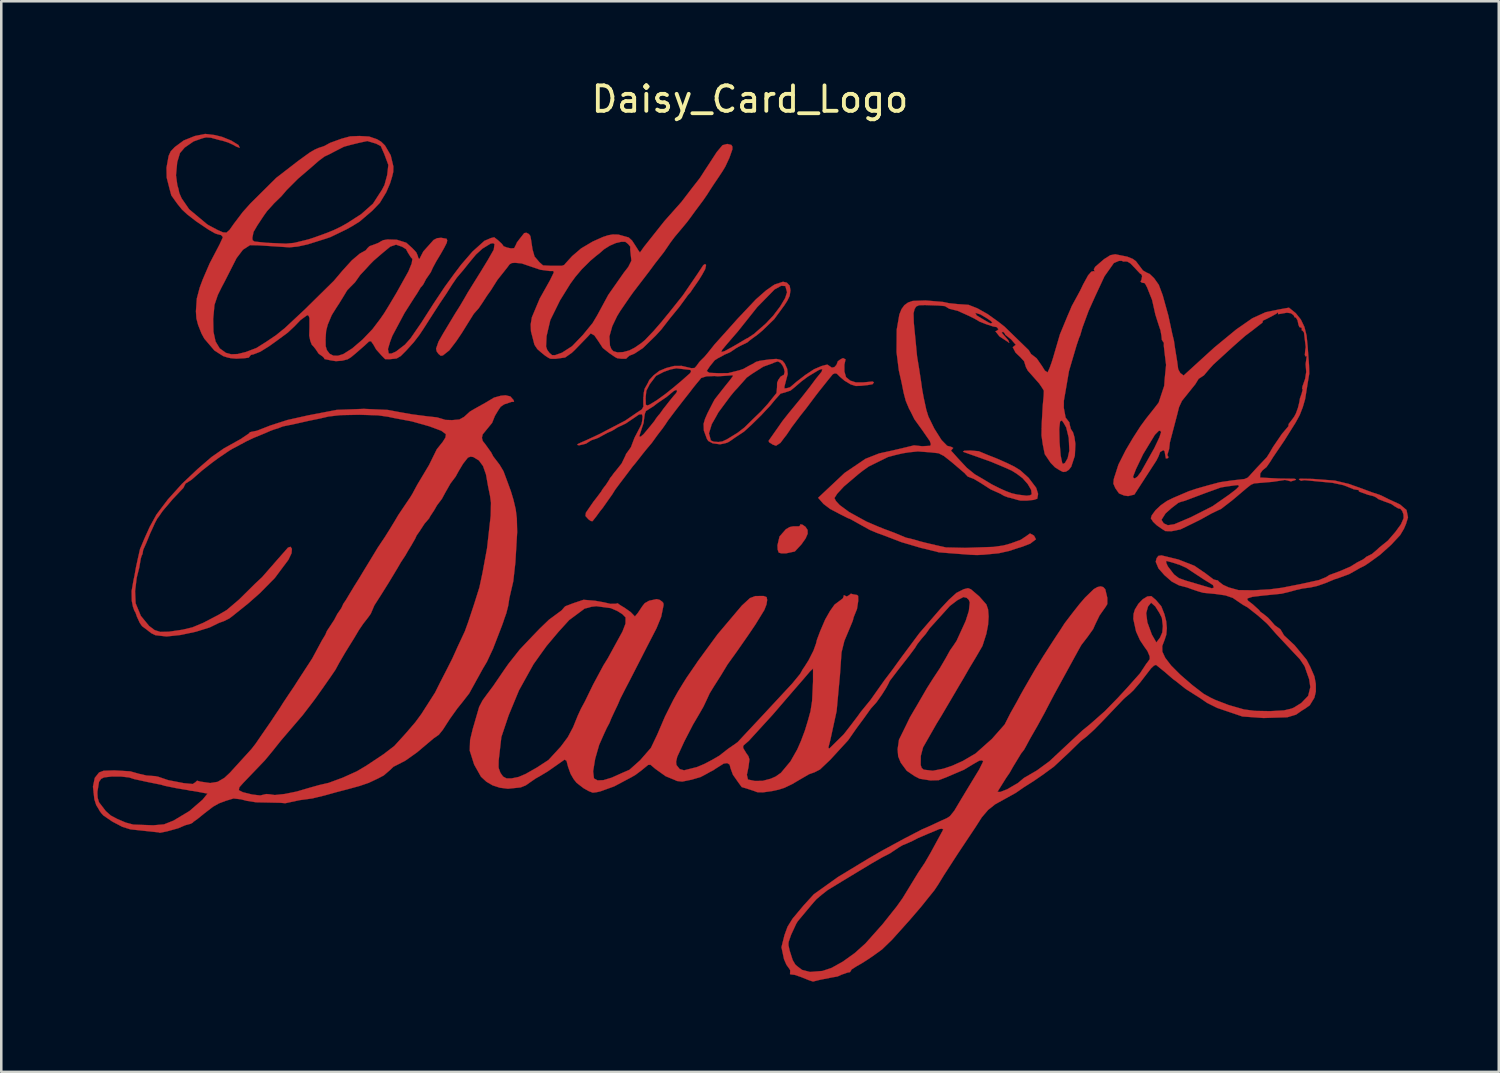
<source format=kicad_pcb>
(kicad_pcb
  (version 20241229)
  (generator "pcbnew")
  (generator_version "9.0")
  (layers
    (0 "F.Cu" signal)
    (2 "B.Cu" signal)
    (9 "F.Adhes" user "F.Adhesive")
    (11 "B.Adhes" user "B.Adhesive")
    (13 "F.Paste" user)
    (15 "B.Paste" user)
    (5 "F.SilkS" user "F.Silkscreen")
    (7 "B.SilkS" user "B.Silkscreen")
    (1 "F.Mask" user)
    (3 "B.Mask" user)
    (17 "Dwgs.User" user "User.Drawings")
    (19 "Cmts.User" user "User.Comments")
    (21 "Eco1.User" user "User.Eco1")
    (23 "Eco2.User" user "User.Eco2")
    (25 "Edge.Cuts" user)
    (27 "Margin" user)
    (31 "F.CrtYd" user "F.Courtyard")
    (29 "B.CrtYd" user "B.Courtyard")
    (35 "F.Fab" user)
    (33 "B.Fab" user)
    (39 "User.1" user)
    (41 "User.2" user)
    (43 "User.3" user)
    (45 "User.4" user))
  (footprint "Daisy_Card_Logo"
    (layer "F.Cu")
    (at 26.412 18.848)
    (property "Reference" "Daisy_Card_Logo" (at 0 -18 0) (layer "F.SilkS") (effects (font (size 1 1) (thickness 0.15))))
    (attr through_hole)
    (fp_poly (pts (xy 1.975 -1.301) (xy 1.978 -1.263) (xy 1.93 -1.222) (xy 1.697 -1.221) (xy 1.56 -1.192) (xy 1.41 -1.105) (xy 1.162 -0.822) (xy 1.081 -0.477) (xy 1.089 -0.306) (xy 1.131 -0.19) (xy 1.233 -0.159) (xy 1.42 -0.16) (xy 1.764 -0.234) (xy 2.019 -0.508) (xy 2.187 -0.746) (xy 2.267 -0.93) (xy 2.264 -1.078) (xy 2.18 -1.204) (xy 2.061 -1.286) (xy 1.975 -1.301) (xy 1.975 -1.301)) (stroke (width 0.01) (type solid)) (fill yes) (layer "F.Cu"))
    (fp_poly (pts (xy 1.3 -10.829) (xy 0.975 -10.723) (xy 0.908 -10.681) (xy 0.63 -10.486) (xy 0.237 -10.141) (xy -0.498 -9.363) (xy -0.71 -9.124) (xy -1.389 -8.369) (xy -1.592 -8.115) (xy -1.648 -8.044) (xy -1.786 -7.881) (xy -1.929 -7.739) (xy -1.99 -7.675) (xy -2.045 -7.599) (xy -2.111 -7.51) (xy -2.175 -7.442) (xy -2.347 -7.241) (xy -2.725 -6.907) (xy -2.824 -6.825) (xy -2.982 -6.691) (xy -3.313 -6.426) (xy -3.649 -6.182) (xy -3.802 -6.087) (xy -3.875 -6.043) (xy -3.937 -6.005) (xy -4.027 -5.968) (xy -4.091 -6) (xy -4.099 -6.279) (xy -4.07 -6.547) (xy -3.94 -6.801) (xy -3.69 -7.133) (xy -3.383 -7.291) (xy -3.127 -7.382) (xy -2.891 -7.429) (xy -2.336 -7.365) (xy -2.314 -7.307) (xy -2.347 -7.241) (xy -2.175 -7.442) (xy -2.303 -7.434) (xy -2.684 -7.524) (xy -2.977 -7.521) (xy -3.29 -7.44) (xy -3.563 -7.326) (xy -3.789 -7.149) (xy -3.956 -6.967) (xy -4.016 -6.839) (xy -4.137 -6.627) (xy -4.17 -6.472) (xy -4.19 -6.225) (xy -4.19 -6.046) (xy -4.185 -5.927) (xy -4.245 -5.816) (xy -4.422 -5.7) (xy -4.526 -5.629) (xy -4.899 -5.374) (xy -5.676 -4.969) (xy -5.875 -4.863) (xy -6.184 -4.717) (xy -6.45 -4.595) (xy -6.628 -4.518) (xy -6.778 -4.447) (xy -6.77 -4.416) (xy -6.71 -4.404) (xy -6.535 -4.444) (xy -6.439 -4.47) (xy -6.353 -4.526) (xy -6.231 -4.602) (xy -6.117 -4.641) (xy -6.051 -4.66) (xy -5.942 -4.706) (xy -5.79 -4.791) (xy -5.598 -4.894) (xy -5.423 -4.972) (xy -5.311 -5.037) (xy -5.211 -5.103) (xy -4.88 -5.26) (xy -4.536 -5.492) (xy -4.356 -5.616) (xy -4.242 -5.624) (xy -4.218 -5.534) (xy -4.234 -5.368) (xy -4.257 -5.245) (xy -4.301 -5.149) (xy -4.534 -4.702) (xy -4.632 -4.447) (xy -4.674 -4.333) (xy -4.177 -4.844) (xy -4.29 -4.745) (xy -4.35 -4.754) (xy -4.242 -5.091) (xy -4.178 -5.283) (xy -4.16 -5.436) (xy -4.132 -5.634) (xy -4.089 -5.747) (xy -3.957 -5.834) (xy -3.791 -5.938) (xy -3.639 -6.056) (xy -3.279 -6.301) (xy -2.989 -6.54) (xy -2.89 -6.585) (xy -2.863 -6.526) (xy -2.9 -6.454) (xy -2.998 -6.344) (xy -3.166 -6.137) (xy -3.324 -5.934) (xy -3.39 -5.853) (xy -3.544 -5.637) (xy -3.592 -5.585) (xy -3.69 -5.459) (xy -3.752 -5.361) (xy -3.92 -5.152) (xy -4.177 -4.844) (xy -4.674 -4.333) (xy -4.777 -4.186) (xy -4.866 -4.066) (xy -4.89 -4.002) (xy -5.041 -3.69) (xy -5.277 -3.393) (xy -5.336 -3.325) (xy -5.383 -3.26) (xy -5.439 -3.184) (xy -5.496 -3.114) (xy -5.526 -3.053) (xy -5.668 -2.837) (xy -5.732 -2.758) (xy -5.8 -2.666) (xy -5.839 -2.594) (xy -6.032 -2.338) (xy -6.151 -2.186) (xy -6.445 -1.758) (xy -6.463 -1.629) (xy -6.345 -1.497) (xy -6.253 -1.431) (xy -6.185 -1.423) (xy -6.038 -1.608) (xy -5.894 -1.807) (xy -5.778 -1.952) (xy -5.535 -2.299) (xy -5.411 -2.473) (xy -5.293 -2.663) (xy -5.099 -2.924) (xy -4.985 -3.073) (xy -4.614 -3.565) (xy -4.501 -3.7) (xy -4.202 -4.081) (xy -4.083 -4.228) (xy -4.039 -4.281) (xy -3.951 -4.385) (xy -3.863 -4.489) (xy -3.829 -4.535) (xy -3.658 -4.773) (xy -3.572 -4.887) (xy -3.44 -5.057) (xy -3.325 -5.219) (xy -3.219 -5.38) (xy -2.927 -5.768) (xy -2.609 -6.178) (xy -2.358 -6.497) (xy -2.228 -6.668) (xy -2.089 -6.839) (xy -1.987 -6.961) (xy -1.915 -7.049) (xy -1.71 -7.114) (xy -1.392 -7.126) (xy -1.269 -7.115) (xy -1.023 -7.13) (xy -0.726 -7.153) (xy -0.674 -7.154) (xy -0.668 -7.123) (xy -0.793 -6.955) (xy -0.956 -6.754) (xy -1.076 -6.602) (xy -1.384 -6.21) (xy -1.438 -6.113) (xy -1.668 -5.664) (xy -1.764 -5.444) (xy -1.821 -5.248) (xy -1.811 -4.985) (xy -1.688 -4.65) (xy -1.634 -4.573) (xy -1.464 -4.482) (xy -1.173 -4.443) (xy -0.982 -4.482) (xy -0.895 -4.508) (xy -0.833 -4.538) (xy -0.722 -4.612) (xy -0.588 -4.707) (xy -0.446 -4.801) (xy -0.235 -4.94) (xy 0.059 -5.208) (xy 0.443 -5.585) (xy 0.708 -5.87) (xy 0.797 -5.964) (xy 0.994 -6.203) (xy 1.203 -6.435) (xy 1.364 -6.478) (xy 1.595 -6.555) (xy 1.762 -6.69) (xy 2.035 -6.925) (xy 2.28 -7.106) (xy 2.69 -7.353) (xy 2.781 -7.392) (xy 2.844 -7.394) (xy 2.817 -7.296) (xy 2.587 -7.012) (xy 2.347 -6.69) (xy 2.025 -6.28) (xy 1.519 -5.664) (xy 1.272 -5.351) (xy 1.128 -5.143) (xy 0.791 -4.663) (xy 0.733 -4.581) (xy 0.753 -4.523) (xy 0.81 -4.489) (xy 0.896 -4.432) (xy 1.025 -4.387) (xy 1.197 -4.499) (xy 1.356 -4.711) (xy 1.43 -4.803) (xy 1.551 -4.981) (xy 1.64 -5.116) (xy 1.767 -5.284) (xy 1.988 -5.578) (xy 2.198 -5.841) (xy 2.584 -6.356) (xy 2.702 -6.509) (xy 3.107 -7.017) (xy 3.254 -7.195) (xy 3.337 -7.233) (xy 3.415 -7.216) (xy 3.535 -7.096) (xy 3.715 -6.943) (xy 3.802 -6.892) (xy 3.959 -6.797) (xy 4.159 -6.734) (xy 4.367 -6.742) (xy 4.641 -6.772) (xy 4.819 -6.805) (xy 4.87 -6.881) (xy 4.814 -6.91) (xy 4.441 -6.875) (xy 4.16 -6.875) (xy 3.937 -6.947) (xy 3.775 -7.082) (xy 3.711 -7.304) (xy 3.71 -7.572) (xy 3.756 -7.78) (xy 3.657 -7.831) (xy 3.553 -7.779) (xy 3.448 -7.7) (xy 3.429 -7.639) (xy 3.392 -7.555) (xy 3.318 -7.476) (xy 3.219 -7.455) (xy 3.114 -7.526) (xy 3.048 -7.572) (xy 2.987 -7.564) (xy 2.814 -7.518) (xy 2.517 -7.392) (xy 2.169 -7.162) (xy 1.823 -6.895) (xy 1.648 -6.745) (xy 1.574 -6.684) (xy 1.438 -6.645) (xy 1.354 -6.64) (xy 0.874 -6.247) (xy 0.704 -6.033) (xy 0.439 -5.742) (xy 0.128 -5.443) (xy -0.217 -5.103) (xy -0.489 -4.893) (xy -0.904 -4.639) (xy -1.086 -4.555) (xy -1.234 -4.534) (xy -1.421 -4.545) (xy -1.537 -4.595) (xy -1.611 -4.875) (xy -1.5 -5.235) (xy -1.342 -5.512) (xy -1.242 -5.695) (xy -0.774 -6.327) (xy -0.648 -6.481) (xy -0.579 -6.561) (xy -0.489 -6.655) (xy -0.126 -7.065) (xy 0.075 -7.208) (xy 0.525 -7.494) (xy 0.89 -7.625) (xy 0.968 -7.662) (xy 1.096 -7.7) (xy 1.193 -7.651) (xy 1.264 -7.564) (xy 1.308 -7.485) (xy 1.336 -7.418) (xy 1.364 -7.29) (xy 1.334 -7.172) (xy 1.271 -7.142) (xy 1.201 -7.099) (xy 1.11 -6.966) (xy 1.067 -6.86) (xy 1.064 -6.682) (xy 1.043 -6.456) (xy 0.874 -6.247) (xy 1.354 -6.64) (xy 1.356 -6.716) (xy 1.415 -6.943) (xy 1.484 -7.203) (xy 1.463 -7.407) (xy 1.365 -7.621) (xy 1.274 -7.729) (xy 1.181 -7.769) (xy 1.036 -7.798) (xy 0.776 -7.779) (xy 0.539 -7.747) (xy 0.375 -7.721) (xy 0.233 -7.679) (xy 0.132 -7.614) (xy -0.048 -7.523) (xy -0.257 -7.405) (xy -0.414 -7.351) (xy -0.65 -7.292) (xy -0.851 -7.241) (xy -1.212 -7.236) (xy -1.595 -7.252) (xy -1.699 -7.322) (xy -1.575 -7.51) (xy -1.384 -7.745) (xy -1.125 -8.064) (xy -1.095 -8.151) (xy -0.91 -8.374) (xy -0.651 -8.674) (xy -0.476 -8.876) (xy 0.286 -9.833) (xy 0.967 -10.528) (xy 1.226 -10.67) (xy 1.39 -10.661) (xy 1.458 -10.418) (xy 1.383 -10.186) (xy 1.186 -9.856) (xy 0.916 -9.499) (xy 0.619 -9.183) (xy 0.153 -8.776) (xy -0.082 -8.62) (xy -0.154 -8.586) (xy -0.438 -8.416) (xy -0.655 -8.29) (xy -0.982 -8.11) (xy -1.125 -8.064) (xy -1.384 -7.745) (xy -1.246 -7.832) (xy -1.113 -7.9) (xy -0.995 -7.968) (xy -0.882 -8.015) (xy -0.778 -8.062) (xy -0.647 -8.149) (xy -0.54 -8.222) (xy -0.462 -8.267) (xy -0.332 -8.335) (xy -0.186 -8.404) (xy -0.098 -8.449) (xy -0.024 -8.514) (xy 0.078 -8.592) (xy 0.3 -8.753) (xy 0.492 -8.914) (xy 0.951 -9.358) (xy 1.354 -9.907) (xy 1.463 -10.076) (xy 1.56 -10.275) (xy 1.591 -10.491) (xy 1.561 -10.674) (xy 1.449 -10.794) (xy 1.3 -10.829) (xy 1.3 -10.829)) (stroke (width 0.01) (type solid)) (fill yes) (layer "F.Cu"))
    (fp_poly (pts (xy -9.6 -6.369) (xy -9.784 -6.352) (xy -10.056 -6.277) (xy -10.372 -6.087) (xy -10.817 -5.838) (xy -11.001 -5.729) (xy -11.23 -5.521) (xy -11.415 -5.418) (xy -11.703 -5.393) (xy -11.964 -5.402) (xy -12.108 -5.447) (xy -12.3 -5.502) (xy -12.676 -5.543) (xy -13.272 -5.62) (xy -13.772 -5.708) (xy -14.227 -5.794) (xy -15.168 -5.836) (xy -16.232 -5.796) (xy -17.354 -5.581) (xy -18.175 -5.397) (xy -18.835 -5.185) (xy -19.368 -4.977) (xy -19.57 -4.936) (xy -19.644 -4.918) (xy -19.683 -4.868) (xy -20.009 -4.649) (xy -20.663 -4.285) (xy -21.156 -3.94) (xy -21.697 -3.473) (xy -22.31 -2.894) (xy -22.87 -2.272) (xy -23.314 -1.685) (xy -23.575 -1.211) (xy -23.789 -0.738) (xy -23.961 -0.329) (xy -24.044 0.038) (xy -24.121 0.392) (xy -24.179 0.72) (xy -24.219 0.907) (xy -24.292 1.321) (xy -24.285 1.706) (xy -24.239 1.937) (xy -24.185 2.091) (xy -24.139 2.167) (xy -24.081 2.333) (xy -23.972 2.57) (xy -23.883 2.7) (xy -23.689 2.844) (xy -23.521 2.976) (xy -23.354 3.057) (xy -22.918 3.106) (xy -22.378 3.049) (xy -21.769 2.92) (xy -21.22 2.749) (xy -20.861 2.573) (xy -20.658 2.5) (xy -20.456 2.4) (xy -20.323 2.3) (xy -19.718 1.814) (xy -19.252 1.403) (xy -18.667 0.81) (xy -18.13 0.091) (xy -18.008 -0.165) (xy -17.994 -0.339) (xy -18.049 -0.418) (xy -18.148 -0.385) (xy -18.551 0.072) (xy -19.165 0.775) (xy -19.436 1.028) (xy -20.07 1.655) (xy -20.556 2.068) (xy -20.876 2.256) (xy -21.477 2.57) (xy -21.904 2.748) (xy -22.297 2.841) (xy -22.829 2.919) (xy -23.161 2.927) (xy -23.387 2.856) (xy -23.603 2.694) (xy -23.928 2.298) (xy -24.134 1.801) (xy -24.155 1.327) (xy -24.092 0.799) (xy -23.991 0.398) (xy -23.932 0.048) (xy -23.899 -0.062) (xy -23.864 -0.132) (xy -23.837 -0.296) (xy -23.709 -0.582) (xy -23.56 -0.95) (xy -23.485 -1.11) (xy -23.377 -1.35) (xy -23.282 -1.53) (xy -23.226 -1.6) (xy -23.124 -1.749) (xy -23.073 -1.822) (xy -22.973 -1.942) (xy -22.869 -2.062) (xy -22.674 -2.293) (xy -22.256 -2.733) (xy -22.195 -2.86) (xy -22.169 -2.904) (xy -21.938 -3.051) (xy -21.517 -3.419) (xy -21.109 -3.738) (xy -20.889 -3.899) (xy -20.47 -4.185) (xy -20.335 -4.265) (xy -19.776 -4.564) (xy -19.486 -4.701) (xy -19.049 -4.88) (xy -18.854 -4.966) (xy -18.698 -5.025) (xy -18.546 -5.07) (xy -18.348 -5.146) (xy -17.874 -5.244) (xy -17.331 -5.367) (xy -16.93 -5.448) (xy -16.554 -5.535) (xy -16.089 -5.589) (xy -15.343 -5.604) (xy -14.617 -5.582) (xy -14.213 -5.525) (xy -13.985 -5.476) (xy -13.281 -5.344) (xy -12.596 -5.151) (xy -12.423 -5.087) (xy -12.124 -4.975) (xy -11.944 -4.842) (xy -11.964 -4.706) (xy -12.07 -4.539) (xy -12.303 -4.247) (xy -12.607 -3.629) (xy -13.076 -2.844) (xy -13.259 -2.503) (xy -13.331 -2.383) (xy -13.547 -2.063) (xy -13.816 -1.663) (xy -13.947 -1.44) (xy -14.142 -1.12) (xy -14.349 -0.79) (xy -14.484 -0.589) (xy -14.623 -0.381) (xy -14.913 0.098) (xy -15.182 0.538) (xy -15.353 0.823) (xy -15.553 1.142) (xy -15.72 1.418) (xy -15.876 1.679) (xy -15.973 1.819) (xy -16.052 1.993) (xy -16.211 2.223) (xy -16.333 2.456) (xy -16.619 2.891) (xy -16.682 3.042) (xy -16.815 3.261) (xy -17.198 3.973) (xy -17.737 4.801) (xy -17.916 5.081) (xy -18.133 5.402) (xy -18.332 5.702) (xy -18.496 5.962) (xy -18.632 6.162) (xy -18.816 6.442) (xy -19.16 6.939) (xy -19.421 7.32) (xy -19.578 7.523) (xy -20.43 8.459) (xy -20.645 8.66) (xy -21.309 9.279) (xy -21.503 9.517) (xy -22.014 9.96) (xy -22.644 10.339) (xy -23.02 10.488) (xy -23.444 10.524) (xy -24.225 10.496) (xy -24.522 10.417) (xy -24.851 10.277) (xy -25.11 10.14) (xy -25.307 9.965) (xy -25.574 9.617) (xy -25.625 9.443) (xy -25.638 9.227) (xy -25.572 8.817) (xy -25.49 8.701) (xy -25.376 8.643) (xy -25.065 8.607) (xy -24.707 8.609) (xy -24.389 8.644) (xy -24.197 8.707) (xy -23.66 8.824) (xy -23.124 8.932) (xy -23.002 8.97) (xy -22.537 9.065) (xy -21.748 9.197) (xy -21.309 9.279) (xy -20.645 8.66) (xy -20.914 8.817) (xy -21.206 8.864) (xy -21.595 8.807) (xy -21.72 8.771) (xy -21.788 8.835) (xy -21.889 8.902) (xy -22.241 8.869) (xy -22.855 8.75) (xy -23.243 8.618) (xy -23.363 8.593) (xy -23.709 8.568) (xy -24.002 8.501) (xy -24.345 8.404) (xy -24.969 8.367) (xy -25.394 8.382) (xy -25.57 8.449) (xy -25.738 8.66) (xy -25.81 9.006) (xy -25.755 9.503) (xy -25.683 9.729) (xy -25.6 9.864) (xy -25.539 9.971) (xy -25.481 10.049) (xy -25.401 10.138) (xy -25.05 10.377) (xy -24.659 10.583) (xy -24.34 10.683) (xy -23.777 10.744) (xy -23.228 10.802) (xy -23.185 10.82) (xy -22.899 10.762) (xy -22.458 10.639) (xy -22.186 10.522) (xy -21.976 10.465) (xy -21.897 10.425) (xy -21.86 10.385) (xy -21.704 10.275) (xy -21.42 10.045) (xy -21.092 9.794) (xy -20.863 9.664) (xy -20.599 9.564) (xy -19.897 8.849) (xy -19.06 7.976) (xy -18.759 7.613) (xy -18.421 7.189) (xy -17.575 6.202) (xy -17.166 5.669) (xy -17.048 5.509) (xy -16.731 5.061) (xy -16.452 4.661) (xy -16.287 4.419) (xy -16.139 4.146) (xy -15.89 3.719) (xy -15.551 3.174) (xy -15.361 2.853) (xy -15.196 2.61) (xy -14.989 2.344) (xy -14.893 2.207) (xy -14.755 1.884) (xy -14.471 1.439) (xy -14.183 0.979) (xy -13.845 0.418) (xy -13.717 0.196) (xy -13.536 -0.078) (xy -13.432 -0.261) (xy -13.295 -0.486) (xy -13.154 -0.732) (xy -13.095 -0.862) (xy -12.988 -1.013) (xy -12.785 -1.324) (xy -12.602 -1.536) (xy -12.571 -1.6) (xy -12.491 -1.723) (xy -12.411 -1.844) (xy -12.293 -2.048) (xy -12.1 -2.303) (xy -11.971 -2.543) (xy -11.764 -2.906) (xy -11.56 -3.177) (xy -11.531 -3.231) (xy -11.44 -3.397) (xy -11.27 -3.68) (xy -11.081 -3.92) (xy -10.977 -3.959) (xy -10.868 -3.943) (xy -10.649 -3.811) (xy -10.486 -3.589) (xy -10.369 -3.256) (xy -10.287 -2.791) (xy -10.212 -2.428) (xy -10.174 -2.151) (xy -10.185 -1.639) (xy -10.328 -0.362) (xy -10.509 0.619) (xy -10.629 1.179) (xy -10.83 1.819) (xy -11.069 2.54) (xy -11.2 2.903) (xy -11.473 3.487) (xy -11.691 3.971) (xy -11.929 4.441) (xy -12.181 4.931) (xy -12.371 5.312) (xy -12.907 6.151) (xy -13.147 6.477) (xy -13.532 6.925) (xy -13.97 7.407) (xy -14.384 7.724) (xy -15.077 8.186) (xy -15.441 8.402) (xy -15.995 8.652) (xy -16.553 8.858) (xy -16.926 8.944) (xy -17.342 9.061) (xy -17.807 9.198) (xy -18.28 9.294) (xy -18.668 9.335) (xy -18.874 9.305) (xy -19.003 9.296) (xy -19.239 9.352) (xy -19.556 9.315) (xy -19.921 9.225) (xy -20.079 9.145) (xy -20.061 9.033) (xy -19.897 8.849) (xy -20.599 9.564) (xy -20.287 9.47) (xy -19.998 9.503) (xy -19.766 9.563) (xy -19.405 9.62) (xy -18.905 9.63) (xy -18.44 9.64) (xy -18.256 9.657) (xy -18.1 9.624) (xy -17.694 9.537) (xy -17.194 9.469) (xy -16.694 9.347) (xy -16.253 9.224) (xy -15.793 9.104) (xy -15.333 8.978) (xy -14.974 8.855) (xy -14.612 8.684) (xy -14.387 8.566) (xy -14.139 8.352) (xy -14.007 8.225) (xy -13.859 8.15) (xy -13.652 8.043) (xy -13.536 7.983) (xy -13.075 7.656) (xy -12.427 7.109) (xy -12.222 6.966) (xy -12.066 6.773) (xy -11.789 6.343) (xy -11.502 5.941) (xy -11.308 5.701) (xy -11.029 5.342) (xy -10.715 4.772) (xy -10.487 4.359) (xy -10.336 4.106) (xy -10.093 3.587) (xy -9.741 2.676) (xy -9.684 2.516) (xy -9.649 2.407) (xy -9.572 2.194) (xy -9.496 1.894) (xy -9.453 1.608) (xy -9.298 0.939) (xy -9.215 0.198) (xy -9.145 -0.995) (xy -9.158 -1.529) (xy -9.202 -1.888) (xy -9.29 -2.263) (xy -9.393 -2.604) (xy -9.525 -2.964) (xy -9.682 -3.386) (xy -9.837 -3.644) (xy -10.085 -3.968) (xy -10.169 -4.13) (xy -10.21 -4.185) (xy -10.25 -4.241) (xy -10.39 -4.437) (xy -10.497 -4.572) (xy -10.53 -4.697) (xy -10.5 -4.832) (xy -10.129 -5.286) (xy -10.019 -5.56) (xy -9.884 -5.785) (xy -9.849 -5.838) (xy -9.792 -5.919) (xy -9.655 -6.013) (xy -9.361 -6.111) (xy -9.268 -6.114) (xy -9.287 -6.182) (xy -9.41 -6.323) (xy -9.6 -6.369)) (stroke (width 0.01) (type solid)) (fill yes) (layer "F.Cu"))
    (fp_poly (pts (xy -21.401 -16.637) (xy -21.808 -16.555) (xy -22.245 -16.38) (xy -22.598 -16.119) (xy -22.756 -15.952) (xy -22.838 -15.771) (xy -22.921 -15.31) (xy -22.913 -14.919) (xy -22.794 -14.453) (xy -22.732 -14.223) (xy -22.491 -13.886) (xy -22.317 -13.671) (xy -22.115 -13.483) (xy -21.763 -13.209) (xy -21.283 -12.885) (xy -21.017 -12.732) (xy -20.937 -12.703) (xy -20.775 -12.663) (xy -20.704 -12.581) (xy -20.835 -12.297) (xy -21.224 -11.554) (xy -21.494 -10.928) (xy -21.616 -10.601) (xy -21.73 -10.169) (xy -21.765 -9.669) (xy -21.746 -9.388) (xy -21.679 -9.132) (xy -21.544 -8.792) (xy -21.434 -8.592) (xy -21.04 -8.131) (xy -20.85 -8.008) (xy -20.69 -7.907) (xy -20.539 -7.859) (xy -20.395 -7.826) (xy -20.177 -7.808) (xy -19.849 -7.826) (xy -19.689 -7.849) (xy -19.643 -7.908) (xy -19.604 -7.957) (xy -19.509 -7.975) (xy -19.237 -8.081) (xy -18.894 -8.294) (xy -18.6 -8.504) (xy -18.159 -8.829) (xy -17.888 -9.083) (xy -17.656 -9.326) (xy -17.387 -9.521) (xy -17.334 -9.487) (xy -17.305 -9.404) (xy -17.305 -9.031) (xy -17.314 -8.712) (xy -17.271 -8.503) (xy -17.213 -8.356) (xy -17.149 -8.29) (xy -17.065 -8.185) (xy -16.944 -8.004) (xy -16.786 -7.893) (xy -16.732 -7.837) (xy -16.715 -7.793) (xy -16.644 -7.779) (xy -16.459 -7.739) (xy -16.459 -7.739) (xy -16.266 -7.71) (xy -16.026 -7.727) (xy -15.806 -7.782) (xy -15.674 -7.863) (xy -15.485 -8.02) (xy -15.14 -8.321) (xy -14.965 -8.484) (xy -14.885 -8.492) (xy -14.79 -8.356) (xy -14.687 -8.172) (xy -14.478 -7.938) (xy -14.332 -7.79) (xy -14.152 -7.786) (xy -13.879 -7.816) (xy -13.72 -7.909) (xy -13.507 -8.122) (xy -13.207 -8.454) (xy -12.988 -8.738) (xy -12.835 -8.968) (xy -12.721 -9.145) (xy -12.557 -9.403) (xy -12.17 -10.003) (xy -11.935 -10.35) (xy -11.705 -10.714) (xy -11.515 -10.991) (xy -11.353 -11.182) (xy -11.249 -11.304) (xy -11.031 -11.577) (xy -10.765 -11.898) (xy -10.51 -12.13) (xy -10.187 -12.329) (xy -10.088 -12.345) (xy -10.034 -12.309) (xy -10.065 -12.09) (xy -10.29 -11.696) (xy -10.56 -11.251) (xy -10.831 -10.817) (xy -11.084 -10.409) (xy -11.24 -10.137) (xy -11.387 -9.888) (xy -11.584 -9.576) (xy -12.056 -8.791) (xy -12.234 -8.479) (xy -12.33 -8.201) (xy -12.307 -8.093) (xy -12.237 -7.996) (xy -12.146 -7.921) (xy -12.062 -7.935) (xy -11.811 -8.134) (xy -11.536 -8.495) (xy -11.316 -8.821) (xy -11.087 -9.19) (xy -10.849 -9.571) (xy -10.658 -9.785) (xy -10.502 -10.015) (xy -10.331 -10.28) (xy -10.173 -10.502) (xy -9.921 -10.902) (xy -9.684 -11.2) (xy -9.533 -11.392) (xy -9.443 -11.513) (xy -9.357 -11.564) (xy -9.229 -11.574) (xy -8.968 -11.55) (xy -8.732 -11.469) (xy -8.232 -11.3) (xy -7.862 -11.251) (xy -7.726 -11.253) (xy -7.707 -11.191) (xy -7.859 -10.881) (xy -8.259 -10.168) (xy -8.567 -9.433) (xy -8.614 -9.154) (xy -8.603 -8.884) (xy -8.467 -8.358) (xy -8.354 -8.185) (xy -8.204 -8.054) (xy -8.05 -7.929) (xy -7.979 -7.882) (xy -7.91 -7.838) (xy -7.836 -7.804) (xy -7.639 -7.801) (xy -7.262 -7.853) (xy -6.999 -8.037) (xy -6.886 -8.144) (xy -6.364 -8.682) (xy -6.256 -8.8) (xy -6.112 -8.721) (xy -5.959 -8.501) (xy -5.782 -8.229) (xy -5.532 -8.03) (xy -5.306 -7.875) (xy -5.216 -7.826) (xy -5.044 -7.804) (xy -4.868 -7.804) (xy -4.811 -7.86) (xy -4.73 -7.928) (xy -4.627 -7.967) (xy -4.535 -8.006) (xy -4.205 -8.224) (xy -3.703 -8.713) (xy -3.481 -8.955) (xy -3.13 -9.408) (xy -2.771 -9.846) (xy -2.534 -10.169) (xy -2.435 -10.307) (xy -2.337 -10.415) (xy -2.264 -10.526) (xy -2.008 -10.895) (xy -1.879 -11.105) (xy -1.758 -11.326) (xy -1.724 -11.488) (xy -1.765 -11.525) (xy -1.834 -11.48) (xy -2.06 -11.138) (xy -2.633 -10.298) (xy -3.188 -9.602) (xy -3.262 -9.513) (xy -3.48 -9.246) (xy -3.79 -8.889) (xy -3.99 -8.68) (xy -4.122 -8.541) (xy -4.273 -8.415) (xy -4.524 -8.242) (xy -4.737 -8.132) (xy -4.977 -8.067) (xy -5.201 -8.054) (xy -5.366 -8.1) (xy -5.445 -8.187) (xy -5.5 -8.323) (xy -5.521 -8.684) (xy -5.408 -9.085) (xy -5.218 -9.481) (xy -5.097 -9.679) (xy -4.72 -10.229) (xy -4.591 -10.41) (xy -3.963 -11.23) (xy -3.73 -11.545) (xy -3.379 -11.994) (xy -3.123 -12.37) (xy -2.957 -12.591) (xy -2.642 -12.966) (xy -2.461 -13.185) (xy -2.346 -13.339) (xy -2.129 -13.637) (xy -1.84 -14.024) (xy -1.681 -14.255) (xy -1.587 -14.404) (xy -1.41 -14.675) (xy -1.208 -14.973) (xy -1.074 -15.177) (xy -0.968 -15.353) (xy -0.806 -15.701) (xy -0.69 -16.031) (xy -0.69 -16.136) (xy -0.728 -16.204) (xy -0.892 -16.243) (xy -1.078 -16.194) (xy -1.307 -15.92) (xy -1.563 -15.525) (xy -1.777 -15.199) (xy -1.944 -14.938) (xy -1.985 -14.88) (xy -2.257 -14.532) (xy -2.69 -13.967) (xy -3.36 -13.213) (xy -4.16 -12.205) (xy -4.321 -11.978) (xy -4.78 -11.411) (xy -4.953 -11.188) (xy -5.565 -10.314) (xy -5.995 -9.519) (xy -6.182 -9.205) (xy -6.566 -8.736) (xy -6.987 -8.298) (xy -7.386 -8.041) (xy -7.387 -8.041) (xy -7.657 -7.945) (xy -7.772 -7.946) (xy -7.877 -8.035) (xy -7.964 -8.152) (xy -8.01 -8.288) (xy -7.99 -8.695) (xy -7.843 -9.324) (xy -7.462 -10.097) (xy -7.058 -10.749) (xy -6.86 -11.02) (xy -6.609 -11.317) (xy -6.265 -11.658) (xy -6.05 -11.84) (xy -5.91 -11.948) (xy -5.729 -12.107) (xy -5.505 -12.247) (xy -5.269 -12.35) (xy -5.054 -12.4) (xy -4.898 -12.4) (xy -4.787 -12.314) (xy -4.702 -12.209) (xy -4.704 -12.088) (xy -4.681 -11.876) (xy -4.657 -11.657) (xy -4.78 -11.411) (xy -4.321 -11.978) (xy -4.372 -12.044) (xy -4.492 -12.235) (xy -4.632 -12.449) (xy -4.763 -12.569) (xy -5.169 -12.682) (xy -5.391 -12.687) (xy -5.576 -12.654) (xy -5.777 -12.588) (xy -6.179 -12.408) (xy -6.631 -12.14) (xy -6.988 -11.834) (xy -7.245 -11.551) (xy -7.297 -11.49) (xy -7.388 -11.456) (xy -7.805 -11.455) (xy -8.129 -11.471) (xy -8.271 -11.597) (xy -8.462 -11.821) (xy -8.542 -12.101) (xy -8.601 -12.49) (xy -8.627 -12.627) (xy -8.685 -12.704) (xy -8.779 -12.754) (xy -8.868 -12.741) (xy -9.049 -12.512) (xy -9.154 -12.374) (xy -9.197 -12.277) (xy -9.262 -12.151) (xy -9.388 -12.14) (xy -9.539 -12.172) (xy -9.676 -12.223) (xy -9.745 -12.318) (xy -9.896 -12.459) (xy -10.047 -12.577) (xy -10.176 -12.546) (xy -10.431 -12.437) (xy -10.901 -12.014) (xy -11.342 -11.505) (xy -11.624 -11.132) (xy -11.991 -10.628) (xy -12.416 -9.991) (xy -12.912 -9.217) (xy -13.333 -8.605) (xy -13.554 -8.357) (xy -13.909 -8.085) (xy -14.084 -8.009) (xy -14.19 -8.009) (xy -14.222 -8.186) (xy -14.136 -8.473) (xy -14.049 -8.705) (xy -13.571 -9.601) (xy -13.202 -10.18) (xy -13.082 -10.362) (xy -13.011 -10.478) (xy -12.94 -10.601) (xy -12.883 -10.659) (xy -12.827 -10.736) (xy -12.726 -10.931) (xy -12.538 -11.203) (xy -12.459 -11.379) (xy -12.321 -11.636) (xy -12.149 -11.92) (xy -12.011 -12.163) (xy -11.91 -12.362) (xy -11.893 -12.458) (xy -11.919 -12.519) (xy -12.134 -12.557) (xy -12.292 -12.541) (xy -12.429 -12.47) (xy -12.833 -12.019) (xy -12.948 -11.795) (xy -12.985 -11.719) (xy -13.888 -10.391) (xy -14.19 -9.884) (xy -14.365 -9.599) (xy -14.525 -9.367) (xy -14.829 -8.966) (xy -15.219 -8.558) (xy -15.625 -8.21) (xy -15.975 -7.988) (xy -16.186 -7.922) (xy -16.366 -7.927) (xy -16.512 -8.001) (xy -16.62 -8.143) (xy -16.667 -8.298) (xy -16.671 -8.592) (xy -16.65 -8.902) (xy -16.586 -9.146) (xy -16.428 -9.522) (xy -16.259 -9.792) (xy -16.135 -9.982) (xy -15.968 -10.254) (xy -15.824 -10.492) (xy -15.715 -10.606) (xy -15.516 -10.806) (xy -15.311 -11.096) (xy -15.125 -11.294) (xy -14.939 -11.498) (xy -14.78 -11.66) (xy -14.438 -11.955) (xy -14.13 -12.209) (xy -13.903 -12.287) (xy -13.66 -12.203) (xy -13.51 -12.109) (xy -13.433 -11.965) (xy -13.324 -11.794) (xy -13.261 -11.726) (xy -13.289 -11.547) (xy -13.417 -11.235) (xy -13.888 -10.391) (xy -12.985 -11.719) (xy -13.026 -11.762) (xy -13.052 -11.852) (xy -13.104 -11.976) (xy -13.171 -12.053) (xy -13.277 -12.162) (xy -13.5 -12.362) (xy -13.874 -12.48) (xy -14.238 -12.491) (xy -14.41 -12.462) (xy -14.511 -12.409) (xy -14.597 -12.356) (xy -14.763 -12.291) (xy -14.946 -12.226) (xy -15.029 -12.145) (xy -15.094 -12.064) (xy -15.326 -11.936) (xy -15.639 -11.671) (xy -16.003 -11.271) (xy -16.346 -10.866) (xy -17.482 -9.747) (xy -18.268 -9.013) (xy -18.616 -8.731) (xy -19.005 -8.468) (xy -19.388 -8.227) (xy -19.8 -8.071) (xy -20.124 -7.99) (xy -20.379 -7.98) (xy -20.589 -8.037) (xy -20.832 -8.213) (xy -20.993 -8.482) (xy -21.076 -8.862) (xy -21.087 -9.367) (xy -21.036 -9.922) (xy -20.905 -10.311) (xy -20.757 -10.61) (xy -20.627 -10.856) (xy -20.17 -11.756) (xy -19.918 -12.087) (xy -19.641 -12.267) (xy -19.55 -12.548) (xy -19.502 -12.786) (xy -19.354 -13.04) (xy -19.164 -13.327) (xy -19.091 -13.436) (xy -18.973 -13.601) (xy -18.698 -13.907) (xy -18.409 -14.187) (xy -18.198 -14.434) (xy -17.757 -14.875) (xy -17.227 -15.329) (xy -16.936 -15.584) (xy -16.711 -15.751) (xy -16.542 -15.829) (xy -16.389 -15.909) (xy -16.286 -15.963) (xy -16.122 -16.047) (xy -15.948 -16.135) (xy -15.699 -16.203) (xy -15.369 -16.285) (xy -15.032 -16.358) (xy -14.687 -16.255) (xy -14.502 -16.159) (xy -14.363 -15.841) (xy -14.206 -15.419) (xy -14.251 -15.023) (xy -14.357 -14.632) (xy -14.454 -14.446) (xy -14.809 -13.897) (xy -15.27 -13.487) (xy -15.815 -13.136) (xy -16.064 -12.995) (xy -16.355 -12.856) (xy -16.606 -12.754) (xy -16.855 -12.662) (xy -17.153 -12.556) (xy -17.345 -12.494) (xy -17.545 -12.444) (xy -17.911 -12.355) (xy -17.911 -12.356) (xy -18.229 -12.326) (xy -18.993 -12.36) (xy -19.467 -12.409) (xy -19.537 -12.461) (xy -19.55 -12.548) (xy -19.641 -12.267) (xy -19.314 -12.261) (xy -18.088 -12.181) (xy -17.772 -12.211) (xy -17.371 -12.299) (xy -16.653 -12.525) (xy -16.476 -12.586) (xy -15.848 -12.889) (xy -15.612 -13.022) (xy -15.338 -13.192) (xy -14.841 -13.616) (xy -14.54 -13.93) (xy -14.289 -14.344) (xy -14.138 -14.696) (xy -14.06 -14.95) (xy -14.013 -15.144) (xy -14.008 -15.357) (xy -14.113 -15.797) (xy -14.338 -16.183) (xy -14.486 -16.328) (xy -14.65 -16.428) (xy -14.961 -16.534) (xy -15.342 -16.555) (xy -15.703 -16.541) (xy -16.045 -16.449) (xy -16.496 -16.285) (xy -16.716 -16.164) (xy -16.789 -16.137) (xy -16.932 -16.092) (xy -17.098 -16.02) (xy -17.293 -15.906) (xy -17.745 -15.579) (xy -18.612 -14.909) (xy -19.626 -13.903) (xy -19.925 -13.568) (xy -20.272 -13.111) (xy -20.444 -12.866) (xy -20.565 -12.761) (xy -20.701 -12.769) (xy -20.92 -12.866) (xy -21.271 -13.053) (xy -21.335 -13.095) (xy -22.03 -13.676) (xy -22.326 -14.106) (xy -22.419 -14.317) (xy -22.452 -14.482) (xy -22.494 -14.618) (xy -22.548 -15.012) (xy -22.5 -15.528) (xy -22.391 -15.887) (xy -22.207 -16.101) (xy -21.858 -16.343) (xy -21.549 -16.452) (xy -21.464 -16.478) (xy -21.365 -16.501) (xy -21.176 -16.488) (xy -20.836 -16.395) (xy -20.719 -16.37) (xy -20.489 -16.296) (xy -20.298 -16.207) (xy -20.172 -16.136) (xy -20.044 -16.091) (xy -20.091 -16.199) (xy -20.377 -16.375) (xy -20.735 -16.52) (xy -21.022 -16.591) (xy -21.401 -16.637) (xy -21.401 -16.637)) (stroke (width 0.01) (type solid)) (fill yes) (layer "F.Cu"))
    (fp_poly (pts (xy 14.35 -11.909) (xy 14.159 -11.873) (xy 13.913 -11.718) (xy 13.568 -11.421) (xy 13.509 -11.323) (xy 13.53 -11.262) (xy 13.555 -11.237) (xy 13.503 -11.247) (xy 13.41 -11.225) (xy 13.284 -11.079) (xy 13.092 -10.729) (xy 12.966 -10.468) (xy 12.781 -10.128) (xy 12.639 -9.868) (xy 12.582 -9.728) (xy 12.486 -9.508) (xy 12.179 -8.767) (xy 11.904 -7.827) (xy 11.847 -7.647) (xy 11.77 -7.436) (xy 11.693 -7.268) (xy 11.586 -7.339) (xy 11.476 -7.515) (xy 11.265 -7.819) (xy 11.08 -7.964) (xy 11.044 -7.989) (xy 10.954 -8.14) (xy 9.999 -9.068) (xy 9.743 -9.268) (xy 9.332 -9.562) (xy 8.934 -9.786) (xy 8.586 -9.922) (xy 8.162 -9.951) (xy 7.825 -9.986) (xy 7.578 -10.037) (xy 6.901 -10.094) (xy 6.395 -10.076) (xy 6.211 -10.013) (xy 6.065 -9.907) (xy 5.954 -9.753) (xy 5.87 -9.545) (xy 5.766 -8.948) (xy 5.759 -8.063) (xy 5.849 -7.346) (xy 5.958 -6.866) (xy 6.038 -6.466) (xy 6.122 -6.148) (xy 6.247 -5.85) (xy 6.321 -5.712) (xy 6.46 -5.43) (xy 6.785 -4.978) (xy 7.067 -4.571) (xy 7.108 -4.45) (xy 7.082 -4.385) (xy 6.765 -4.368) (xy 6.445 -4.402) (xy 6.129 -4.325) (xy 5.631 -4.207) (xy 5.075 -4.085) (xy 4.541 -3.875) (xy 3.719 -3.319) (xy 2.679 -2.342) (xy 2.891 -2.1) (xy 3.151 -1.903) (xy 3.343 -1.803) (xy 3.531 -1.703) (xy 3.69 -1.623) (xy 3.848 -1.543) (xy 3.941 -1.508) (xy 4.706 -1.082) (xy 4.98 -0.966) (xy 5.255 -0.866) (xy 5.946 -0.601) (xy 6.492 -0.44) (xy 6.704 -0.377) (xy 6.859 -0.342) (xy 7.166 -0.265) (xy 7.422 -0.2) (xy 7.882 -0.163) (xy 8.642 -0.105) (xy 8.642 -0.104) (xy 8.923 -0.093) (xy 9.183 -0.106) (xy 9.771 -0.162) (xy 10.221 -0.264) (xy 10.327 -0.302) (xy 10.509 -0.362) (xy 10.705 -0.422) (xy 11.01 -0.54) (xy 11.236 -0.712) (xy 11.159 -0.856) (xy 11.001 -0.942) (xy 10.871 -0.848) (xy 10.636 -0.691) (xy 10.241 -0.547) (xy 9.947 -0.467) (xy 9.567 -0.413) (xy 8.462 -0.375) (xy 7.699 -0.392) (xy 7.302 -0.48) (xy 6.862 -0.584) (xy 6.641 -0.642) (xy 6.446 -0.701) (xy 6.126 -0.778) (xy 5.667 -0.97) (xy 5.307 -1.103) (xy 5.06 -1.201) (xy 4.827 -1.301) (xy 4.567 -1.413) (xy 3.894 -1.784) (xy 3.524 -2.057) (xy 3.378 -2.216) (xy 3.319 -2.331) (xy 3.429 -2.504) (xy 3.693 -2.788) (xy 4.272 -3.28) (xy 4.444 -3.414) (xy 4.668 -3.573) (xy 5.422 -3.944) (xy 5.72 -4.024) (xy 5.996 -4.088) (xy 6.238 -4.127) (xy 6.598 -4.164) (xy 7.091 -4.127) (xy 7.411 -4.092) (xy 7.617 -3.987) (xy 7.911 -3.755) (xy 8.441 -3.304) (xy 8.467 -3.271) (xy 8.559 -3.175) (xy 8.798 -3.084) (xy 9.063 -2.926) (xy 9.457 -2.672) (xy 9.837 -2.503) (xy 9.979 -2.419) (xy 10.143 -2.358) (xy 10.225 -2.341) (xy 10.364 -2.303) (xy 10.505 -2.261) (xy 10.638 -2.231) (xy 10.894 -2.233) (xy 11.151 -2.26) (xy 11.287 -2.306) (xy 11.32 -2.495) (xy 11.243 -2.737) (xy 10.946 -3.128) (xy 10.619 -3.423) (xy 10.384 -3.568) (xy 10.104 -3.705) (xy 9.824 -3.83) (xy 9.65 -3.904) (xy 9.35 -4.021) (xy 8.988 -4.172) (xy 8.653 -4.2) (xy 8.415 -4.19) (xy 8.368 -4.151) (xy 8.843 -3.983) (xy 9.463 -3.762) (xy 9.983 -3.544) (xy 10.284 -3.41) (xy 10.482 -3.286) (xy 10.712 -3.112) (xy 10.914 -2.882) (xy 11.047 -2.653) (xy 11.069 -2.482) (xy 11.002 -2.44) (xy 10.864 -2.424) (xy 10.504 -2.469) (xy 10.284 -2.519) (xy 10.043 -2.609) (xy 9.803 -2.718) (xy 9.683 -2.779) (xy 9.503 -2.869) (xy 9.13 -3.093) (xy 8.835 -3.264) (xy 8.52 -3.52) (xy 8.164 -3.901) (xy 7.969 -4.121) (xy 7.897 -4.194) (xy 7.943 -4.25) (xy 7.986 -4.3) (xy 7.905 -4.343) (xy 7.749 -4.384) (xy 7.525 -4.613) (xy 7.24 -5.065) (xy 7.009 -5.539) (xy 6.927 -5.805) (xy 6.827 -6.266) (xy 6.768 -6.586) (xy 6.72 -6.926) (xy 6.64 -7.447) (xy 6.565 -7.902) (xy 6.5 -8.582) (xy 6.437 -9.221) (xy 6.427 -9.592) (xy 6.466 -9.751) (xy 6.528 -9.854) (xy 6.646 -9.908) (xy 6.884 -9.913) (xy 7.418 -9.895) (xy 7.659 -9.872) (xy 7.83 -9.769) (xy 8.162 -9.687) (xy 8.602 -9.489) (xy 8.813 -9.385) (xy 8.963 -9.3) (xy 9.009 -9.268) (xy 9.271 -9.165) (xy 9.555 -9.072) (xy 9.523 -9.229) (xy 9.466 -9.189) (xy 9.386 -9.223) (xy 9.152 -9.358) (xy 8.909 -9.505) (xy 8.851 -9.609) (xy 9.053 -9.547) (xy 9.303 -9.398) (xy 9.453 -9.297) (xy 9.523 -9.229) (xy 9.555 -9.072) (xy 9.697 -9.046) (xy 9.763 -8.963) (xy 9.703 -8.907) (xy 9.643 -8.884) (xy 9.803 -8.682) (xy 10.116 -8.478) (xy 10.188 -8.427) (xy 10.148 -8.531) (xy 9.997 -8.705) (xy 9.889 -8.828) (xy 9.943 -8.867) (xy 10.003 -8.807) (xy 10.033 -8.746) (xy 10.258 -8.567) (xy 10.444 -8.352) (xy 10.384 -8.307) (xy 10.324 -8.256) (xy 10.436 -8.043) (xy 10.621 -7.868) (xy 10.769 -7.707) (xy 10.844 -7.47) (xy 10.916 -7.337) (xy 11.104 -7.125) (xy 11.364 -6.831) (xy 11.466 -6.682) (xy 11.546 -6.552) (xy 11.54 -6.366) (xy 11.503 -5.965) (xy 11.463 -5.265) (xy 11.453 -4.8) (xy 11.503 -4.445) (xy 11.581 -4.058) (xy 11.812 -3.715) (xy 11.983 -3.54) (xy 12.102 -3.464) (xy 12.205 -3.404) (xy 12.304 -3.356) (xy 12.415 -3.37) (xy 12.525 -3.44) (xy 12.622 -3.562) (xy 12.764 -3.996) (xy 12.785 -4.459) (xy 12.748 -4.725) (xy 12.692 -4.914) (xy 12.608 -5.043) (xy 12.565 -5.203) (xy 12.549 -5.307) (xy 12.504 -5.36) (xy 12.401 -5.494) (xy 12.33 -5.875) (xy 12.332 -6.155) (xy 12.183 -5.343) (xy 12.257 -5.379) (xy 12.329 -5.275) (xy 12.425 -5.105) (xy 12.525 -4.692) (xy 12.547 -4.192) (xy 12.481 -3.895) (xy 12.378 -3.717) (xy 12.316 -3.678) (xy 12.271 -3.695) (xy 12.207 -3.998) (xy 12.163 -4.528) (xy 12.151 -5.053) (xy 12.183 -5.343) (xy 12.332 -6.155) (xy 12.386 -6.462) (xy 12.534 -7.324) (xy 12.83 -8.327) (xy 12.938 -8.647) (xy 12.968 -8.707) (xy 13.062 -9.028) (xy 13.305 -9.688) (xy 13.566 -10.268) (xy 13.927 -11.043) (xy 14.297 -11.566) (xy 14.497 -11.65) (xy 14.606 -11.652) (xy 14.672 -11.621) (xy 14.744 -11.627) (xy 14.827 -11.621) (xy 14.957 -11.542) (xy 15.208 -11.276) (xy 15.328 -11.149) (xy 15.378 -11.12) (xy 15.406 -11.052) (xy 15.379 -10.902) (xy 15.343 -10.839) (xy 15.398 -10.793) (xy 15.502 -10.777) (xy 15.527 -10.748) (xy 15.601 -10.611) (xy 15.799 -10.113) (xy 15.927 -9.542) (xy 16.007 -9.288) (xy 16.087 -9.041) (xy 16.127 -8.927) (xy 16.167 -8.704) (xy 16.181 -8.549) (xy 16.223 -8.483) (xy 16.261 -8.431) (xy 16.259 -8.31) (xy 16.301 -7.942) (xy 16.348 -7.564) (xy 16.293 -7.006) (xy 16.274 -6.737) (xy 16.233 -6.617) (xy 16.129 -6.302) (xy 16.057 -6.084) (xy 15.905 -5.885) (xy 15.559 -5.449) (xy 15.344 -5.156) (xy 15.047 -4.694) (xy 14.76 -4.209) (xy 14.475 -3.644) (xy 14.292 -3.072) (xy 14.277 -2.899) (xy 14.353 -2.722) (xy 14.499 -2.514) (xy 14.699 -2.432) (xy 14.856 -2.409) (xy 14.99 -2.442) (xy 15.102 -2.468) (xy 15.812 -3.566) (xy 15.966 -3.803) (xy 16.047 -3.962) (xy 16.114 -4.139) (xy 16.24 -4.216) (xy 16.29 -4.171) (xy 16.309 -4.054) (xy 16.34 -3.885) (xy 16.418 -3.899) (xy 16.446 -3.944) (xy 16.413 -3.981) (xy 16.4 -4.039) (xy 16.468 -4.258) (xy 16.496 -4.513) (xy 16.532 -4.653) (xy 16.785 -5.615) (xy 16.153 -4.926) (xy 16.086 -4.718) (xy 15.888 -4.299) (xy 15.366 -3.367) (xy 15.22 -3.172) (xy 15.121 -3.104) (xy 15.069 -3.122) (xy 15.05 -3.171) (xy 15.108 -3.322) (xy 15.167 -3.474) (xy 15.447 -4.058) (xy 15.907 -4.816) (xy 16.062 -4.974) (xy 16.115 -4.976) (xy 16.153 -4.926) (xy 16.785 -5.615) (xy 16.857 -5.903) (xy 16.97 -6.148) (xy 17.498 -6.806) (xy 17.618 -7.003) (xy 17.632 -7.02) (xy 17.834 -7.152) (xy 18.048 -7.404) (xy 18.208 -7.58) (xy 18.993 -8.297) (xy 19.46 -8.708) (xy 19.714 -8.898) (xy 20.046 -9.157) (xy 20.134 -9.222) (xy 20.146 -9.277) (xy 20.149 -9.299) (xy 20.301 -9.371) (xy 20.539 -9.496) (xy 20.678 -9.574) (xy 20.737 -9.628) (xy 20.748 -9.584) (xy 20.747 -9.556) (xy 20.795 -9.561) (xy 21.094 -9.614) (xy 21.251 -9.592) (xy 21.313 -9.548) (xy 21.357 -9.518) (xy 21.395 -9.436) (xy 21.452 -9.416) (xy 21.512 -9.314) (xy 21.548 -9.143) (xy 21.584 -9.05) (xy 21.672 -9.019) (xy 21.679 -8.977) (xy 21.674 -8.925) (xy 21.71 -8.907) (xy 21.765 -8.837) (xy 21.834 -8.262) (xy 21.814 -8.135) (xy 21.799 -7.955) (xy 21.824 -7.899) (xy 21.866 -7.895) (xy 21.891 -7.903) (xy 21.866 -7.864) (xy 21.83 -7.596) (xy 21.853 -7.286) (xy 21.811 -7.016) (xy 21.705 -6.716) (xy 21.692 -6.626) (xy 21.715 -6.593) (xy 21.67 -6.424) (xy 21.605 -6.239) (xy 21.587 -6.116) (xy 21.531 -5.885) (xy 21.451 -5.662) (xy 21.39 -5.545) (xy 21.345 -5.478) (xy 21.243 -5.344) (xy 21.165 -5.244) (xy 21.154 -5.175) (xy 21.153 -5.152) (xy 20.899 -4.852) (xy 20.543 -4.33) (xy 20.41 -4.101) (xy 20.305 -3.936) (xy 19.923 -3.534) (xy 19.561 -3.138) (xy 19.427 -3.079) (xy 18.949 -3.025) (xy 18.465 -2.955) (xy 18.008 -2.833) (xy 17.548 -2.702) (xy 17.248 -2.603) (xy 16.637 -2.342) (xy 16.386 -2.22) (xy 16.141 -2.05) (xy 15.932 -1.853) (xy 15.785 -1.652) (xy 15.749 -1.537) (xy 15.836 -1.402) (xy 15.982 -1.262) (xy 16.158 -1.138) (xy 16.318 -1.035) (xy 16.564 -1.029) (xy 16.915 -1.101) (xy 17.448 -1.361) (xy 17.728 -1.501) (xy 18.129 -1.725) (xy 18.416 -1.863) (xy 18.51 -1.905) (xy 18.682 -2.039) (xy 18.929 -2.229) (xy 19.169 -2.43) (xy 19.509 -2.719) (xy 19.681 -2.854) (xy 19.809 -2.908) (xy 19.18 -2.843) (xy 19.212 -2.791) (xy 19.103 -2.679) (xy 18.824 -2.465) (xy 18.175 -2.012) (xy 17.322 -1.579) (xy 16.669 -1.302) (xy 16.417 -1.264) (xy 16.255 -1.338) (xy 16.167 -1.477) (xy 16.247 -1.603) (xy 16.327 -1.728) (xy 16.565 -1.941) (xy 16.828 -2.143) (xy 16.931 -2.183) (xy 17.078 -2.222) (xy 17.931 -2.543) (xy 18.498 -2.747) (xy 18.718 -2.784) (xy 19.024 -2.827) (xy 19.18 -2.843) (xy 19.809 -2.908) (xy 20.53 -2.969) (xy 20.77 -3.005) (xy 21.016 -3.043) (xy 21.109 -3.026) (xy 21.251 -2.986) (xy 21.433 -3.042) (xy 21.452 -3.073) (xy 21.379 -3.09) (xy 20.797 -3.098) (xy 20.04 -3.137) (xy 20.047 -3.299) (xy 20.139 -3.424) (xy 20.294 -3.55) (xy 20.431 -3.746) (xy 20.551 -3.938) (xy 20.738 -4.214) (xy 20.997 -4.595) (xy 21.229 -4.966) (xy 21.432 -5.289) (xy 21.598 -5.593) (xy 21.718 -5.902) (xy 21.811 -6.222) (xy 21.904 -6.806) (xy 21.973 -7.22) (xy 21.964 -7.547) (xy 21.91 -8.287) (xy 21.868 -8.712) (xy 21.782 -9.056) (xy 21.644 -9.342) (xy 21.444 -9.594) (xy 21.175 -9.811) (xy 20.805 -9.745) (xy 20.26 -9.633) (xy 19.737 -9.395) (xy 19.105 -8.956) (xy 18.231 -8.236) (xy 17.354 -7.436) (xy 17.036 -7.146) (xy 16.904 -7.246) (xy 16.824 -7.394) (xy 16.784 -7.696) (xy 16.719 -8.095) (xy 16.69 -8.275) (xy 16.658 -8.507) (xy 16.59 -8.787) (xy 16.437 -9.5) (xy 16.215 -10.299) (xy 16.062 -10.709) (xy 15.876 -10.97) (xy 15.705 -11.135) (xy 15.585 -11.189) (xy 15.44 -11.272) (xy 15.162 -11.638) (xy 15.038 -11.728) (xy 14.822 -11.815) (xy 14.35 -11.909) (xy 14.35 -11.909)) (stroke (width 0.01) (type solid)) (fill yes) (layer "F.Cu"))
    (fp_poly (pts (xy 21.621 -3.092) (xy 21.564 -3.077) (xy 21.587 -3.046) (xy 21.657 -3.01) (xy 21.711 -3.024) (xy 21.786 -3.035) (xy 22.163 -2.999) (xy 22.891 -2.93) (xy 23.319 -2.837) (xy 23.72 -2.676) (xy 23.896 -2.646) (xy 23.924 -2.656) (xy 23.917 -2.631) (xy 23.926 -2.591) (xy 24 -2.561) (xy 24.284 -2.459) (xy 24.497 -2.406) (xy 24.586 -2.365) (xy 24.694 -2.287) (xy 24.946 -2.19) (xy 25.189 -2.103) (xy 25.33 -2.006) (xy 25.467 -1.926) (xy 25.552 -1.91) (xy 25.626 -1.821) (xy 25.674 -1.688) (xy 25.679 -1.542) (xy 25.577 -1.305) (xy 25.358 -1.003) (xy 25.062 -0.66) (xy 24.736 -0.398) (xy 24.612 -0.283) (xy 24.437 -0.136) (xy 24.211 -0.022) (xy 24.172 0.015) (xy 24.083 0.081) (xy 23.852 0.198) (xy 23.592 0.361) (xy 23.172 0.541) (xy 22.761 0.693) (xy 22.633 0.775) (xy 22.359 0.888) (xy 21.671 1.04) (xy 20.899 1.192) (xy 20.419 1.255) (xy 19.769 1.292) (xy 19.187 1.284) (xy 18.809 1.179) (xy 18.59 1.08) (xy 18.43 0.958) (xy 18.379 0.903) (xy 18.313 0.892) (xy 18.212 0.865) (xy 17.903 0.631) (xy 17.464 0.33) (xy 16.835 0.083) (xy 16.168 -0.079) (xy 16.045 -0.06) (xy 15.974 0.033) (xy 15.941 0.172) (xy 16.049 0.431) (xy 16.285 0.699) (xy 16.572 0.949) (xy 16.858 1.099) (xy 17.17 1.179) (xy 17.266 1.215) (xy 17.448 1.279) (xy 17.628 1.339) (xy 17.81 1.39) (xy 18.308 1.439) (xy 18.675 1.491) (xy 18.969 1.591) (xy 18.227 1.182) (xy 18.147 1.214) (xy 17.948 1.155) (xy 17.108 0.907) (xy 16.851 0.814) (xy 16.66 0.669) (xy 16.418 0.353) (xy 16.354 0.215) (xy 16.355 0.135) (xy 16.588 0.198) (xy 16.892 0.297) (xy 17.14 0.408) (xy 17.488 0.639) (xy 17.869 0.889) (xy 18.083 1.019) (xy 18.187 1.085) (xy 18.227 1.182) (xy 18.969 1.591) (xy 19.369 1.863) (xy 19.549 1.963) (xy 19.964 2.29) (xy 20.294 2.582) (xy 20.37 2.662) (xy 20.68 3.015) (xy 21.609 4.005) (xy 21.791 4.277) (xy 21.872 4.51) (xy 21.969 4.785) (xy 22.015 5.096) (xy 21.929 5.44) (xy 21.661 5.718) (xy 21.368 5.9) (xy 21.267 5.942) (xy 20.98 6.01) (xy 20.433 6.04) (xy 19.838 6.029) (xy 19.409 5.973) (xy 18.809 5.801) (xy 18.279 5.597) (xy 18.079 5.501) (xy 17.824 5.359) (xy 17.38 5.017) (xy 16.902 4.604) (xy 16.546 4.247) (xy 16.314 3.944) (xy 16.201 3.702) (xy 16.197 3.48) (xy 16.29 3.238) (xy 16.357 3.034) (xy 16.378 2.783) (xy 16.353 2.507) (xy 16.283 2.232) (xy 16.159 1.919) (xy 15.946 1.67) (xy 15.769 1.52) (xy 15.614 1.533) (xy 15.434 1.642) (xy 15.261 1.821) (xy 15.123 2.046) (xy 15.071 2.218) (xy 15.06 2.415) (xy 15.169 2.912) (xy 15.324 3.253) (xy 15.488 3.5) (xy 15.615 3.677) (xy 15.703 3.883) (xy 15.966 3.34) (xy 15.788 3.03) (xy 15.612 2.548) (xy 15.567 2.188) (xy 15.638 1.929) (xy 15.76 1.779) (xy 15.924 1.925) (xy 16.085 2.18) (xy 16.182 2.374) (xy 16.221 2.697) (xy 16.198 2.95) (xy 16.109 3.153) (xy 15.966 3.34) (xy 15.703 3.883) (xy 15.707 3.995) (xy 15.648 4.079) (xy 15.567 4.185) (xy 15.322 4.556) (xy 14.824 5.116) (xy 14.446 5.525) (xy 13.943 6.041) (xy 13.345 6.568) (xy 13.063 6.797) (xy 11.764 8.01) (xy 11.27 8.371) (xy 10.862 8.608) (xy 10.764 8.664) (xy 10.532 8.86) (xy 10.106 9.109) (xy 9.834 9.214) (xy 9.723 9.209) (xy 10.07 8.653) (xy 10.203 8.461) (xy 10.333 8.23) (xy 10.653 7.703) (xy 10.77 7.553) (xy 10.863 7.385) (xy 11.006 7.119) (xy 11.289 6.627) (xy 11.571 6.112) (xy 11.746 5.775) (xy 11.94 5.405) (xy 12.292 4.761) (xy 12.906 3.64) (xy 13.019 3.44) (xy 13.265 3.121) (xy 13.485 2.813) (xy 13.525 2.72) (xy 13.565 2.63) (xy 13.734 2.281) (xy 13.978 1.935) (xy 14.039 1.833) (xy 14.039 1.588) (xy 13.959 1.251) (xy 13.88 1.166) (xy 13.777 1.137) (xy 13.653 1.164) (xy 13.508 1.246) (xy 13.165 1.579) (xy 12.944 1.836) (xy 12.674 2.179) (xy 12.359 2.592) (xy 12.188 2.859) (xy 12.022 3.109) (xy 11.806 3.441) (xy 11.523 3.881) (xy 11.215 4.381) (xy 10.765 5.161) (xy 10.641 5.381) (xy 10.479 5.682) (xy 10.231 6.122) (xy 10.006 6.565) (xy 9.508 7.129) (xy 8.862 7.704) (xy 8.364 7.996) (xy 7.942 8.186) (xy 7.602 8.3) (xy 7.183 8.381) (xy 6.827 8.339) (xy 6.748 8.272) (xy 6.708 8.157) (xy 6.712 7.798) (xy 6.8 7.463) (xy 7.338 6.521) (xy 7.522 6.221) (xy 8.071 5.288) (xy 8.227 5.021) (xy 8.388 4.752) (xy 8.617 4.352) (xy 8.889 3.9) (xy 9.134 3.478) (xy 9.287 3) (xy 9.355 2.65) (xy 9.377 2.321) (xy 9.355 2.044) (xy 9.288 1.849) (xy 9.01 1.533) (xy 8.681 1.252) (xy 8.567 1.208) (xy 8.401 1.248) (xy 8.112 1.394) (xy 7.817 1.662) (xy 7.502 1.999) (xy 6.654 2.979) (xy 5.953 3.921) (xy 5.592 4.421) (xy 5.277 4.836) (xy 4.74 5.596) (xy 4.35 6.074) (xy 4.24 6.228) (xy 3.959 6.599) (xy 3.679 6.957) (xy 3.125 7.503) (xy 3.092 7.496) (xy 3.084 7.458) (xy 3.155 7.184) (xy 3.405 6.034) (xy 3.536 4.621) (xy 3.597 3.732) (xy 3.709 3.28) (xy 3.936 2.74) (xy 4.039 2.489) (xy 4.075 2.349) (xy 4.205 2.026) (xy 4.254 1.706) (xy 4.25 1.514) (xy 4.211 1.477) (xy 4.055 1.45) (xy 3.964 1.424) (xy 3.914 1.471) (xy 3.804 1.537) (xy 3.706 1.489) (xy 3.691 1.48) (xy 3.682 1.528) (xy 3.649 1.61) (xy 3.561 1.678) (xy 3.325 1.853) (xy 3.146 2.105) (xy 2.955 2.44) (xy 2.758 2.9) (xy 2.631 3.238) (xy 2.598 3.378) (xy 2.497 3.66) (xy 2.303 4.042) (xy 2.142 4.297) (xy 2.078 4.388) (xy 1.972 4.576) (xy 1.662 4.954) (xy 0.491 6.215) (xy -0.208 6.962) (xy -0.481 7.255) (xy -0.659 7.384) (xy -0.852 7.514) (xy -1.203 7.789) (xy -1.487 7.954) (xy -1.787 8.112) (xy -2.08 8.236) (xy -2.587 8.364) (xy -2.759 8.316) (xy -2.888 8.155) (xy -2.901 8.023) (xy -2.856 7.831) (xy -2.58 7.231) (xy -2.234 6.562) (xy -1.985 6.139) (xy -1.824 5.858) (xy -1.703 5.602) (xy -1.583 5.341) (xy -1.423 5.079) (xy -1.143 4.639) (xy -0.878 4.201) (xy -0.531 3.72) (xy -0.071 3.06) (xy 0.213 2.64) (xy 0.564 2.068) (xy 0.649 1.851) (xy 0.677 1.671) (xy 0.654 1.559) (xy 0.537 1.516) (xy 0.212 1.518) (xy -0.000109 1.599) (xy -0.319 1.893) (xy -1.273 3.022) (xy -2.041 4.07) (xy -2.162 4.25) (xy -2.485 4.719) (xy -2.629 4.948) (xy -2.831 5.278) (xy -3.012 5.602) (xy -3.335 6.245) (xy -3.643 6.963) (xy -3.891 7.483) (xy -4.313 7.968) (xy -4.733 8.343) (xy -5.019 8.467) (xy -5.433 8.653) (xy -5.754 8.75) (xy -5.985 8.76) (xy -6.128 8.682) (xy -6.161 8.404) (xy -6.081 7.913) (xy -5.925 7.368) (xy -5.728 6.922) (xy -5.626 6.702) (xy -5.521 6.507) (xy -5.447 6.323) (xy -5.333 6.078) (xy -5.194 5.788) (xy -5.092 5.548) (xy -4.905 5.181) (xy -4.707 4.801) (xy -4.266 3.941) (xy -4.072 3.56) (xy -3.671 2.783) (xy -3.488 2.337) (xy -3.393 1.872) (xy -3.402 1.792) (xy -3.445 1.74) (xy -3.546 1.668) (xy -3.665 1.638) (xy -3.963 1.702) (xy -4.134 1.799) (xy -4.228 1.917) (xy -4.404 2.182) (xy -4.519 2.32) (xy -5.415 3.655) (xy -5.582 3.961) (xy -5.756 4.241) (xy -6.164 5.001) (xy -6.485 5.662) (xy -6.641 5.95) (xy -6.767 6.225) (xy -6.948 6.671) (xy -7.156 7.063) (xy -7.435 7.437) (xy -7.914 7.958) (xy -8.368 8.254) (xy -8.813 8.507) (xy -9.093 8.626) (xy -9.374 8.683) (xy -9.567 8.68) (xy -9.7 8.608) (xy -9.802 8.463) (xy -9.876 8.263) (xy -9.872 7.983) (xy -9.766 7.056) (xy -9.479 6.202) (xy -9.073 5.222) (xy -8.895 4.901) (xy -8.703 4.555) (xy -8.501 4.192) (xy -8.351 3.983) (xy -8.288 3.893) (xy -7.989 3.478) (xy -7.528 2.93) (xy -7.103 2.462) (xy -6.494 2.01) (xy -6.366 1.979) (xy -6.227 1.939) (xy -6.034 1.917) (xy -5.469 1.992) (xy -5.213 2.103) (xy -5.013 2.228) (xy -4.886 2.357) (xy -4.889 2.602) (xy -5.008 2.912) (xy -5.415 3.655) (xy -4.519 2.32) (xy -4.684 2.149) (xy -4.925 1.979) (xy -5.058 1.9) (xy -5.14 1.846) (xy -5.166 1.827) (xy -5.191 1.801) (xy -5.274 1.822) (xy -5.484 1.824) (xy -5.747 1.763) (xy -6.087 1.702) (xy -6.538 1.665) (xy -6.941 1.8) (xy -7.25 1.918) (xy -7.288 1.952) (xy -7.398 2.081) (xy -7.894 2.446) (xy -8.258 2.796) (xy -8.538 3.087) (xy -9.039 3.614) (xy -9.489 4.183) (xy -9.627 4.379) (xy -10.085 5.05) (xy -10.332 5.38) (xy -10.504 5.616) (xy -10.638 5.872) (xy -10.832 6.542) (xy -10.891 6.742) (xy -10.995 7.176) (xy -11.008 7.592) (xy -10.835 8.138) (xy -10.566 8.616) (xy -10.355 8.811) (xy -10.107 8.956) (xy -9.824 9.048) (xy -9.507 9.088) (xy -9.009 9.036) (xy -8.808 8.956) (xy -8.649 8.844) (xy -8.419 8.685) (xy -8.274 8.604) (xy -7.944 8.407) (xy -7.511 8.104) (xy -7.283 7.943) (xy -7.206 7.991) (xy -7.146 8.223) (xy -7.047 8.501) (xy -6.93 8.704) (xy -6.812 8.854) (xy -6.534 9.069) (xy -6.327 9.184) (xy -6.174 9.242) (xy -6.028 9.225) (xy -5.873 9.19) (xy -5.333 8.995) (xy -4.663 8.639) (xy -4.499 8.544) (xy -4.27 8.373) (xy -3.999 8.151) (xy -3.907 8.145) (xy -3.719 8.305) (xy -3.311 8.597) (xy -2.953 8.744) (xy -2.865 8.784) (xy -2.663 8.807) (xy -2.298 8.733) (xy -1.941 8.629) (xy -1.704 8.504) (xy -1.563 8.424) (xy -1.444 8.364) (xy -1.355 8.303) (xy -1.197 8.203) (xy -0.218 7.356) (xy -0.044 7.205) (xy 0.891 6.182) (xy 1.339 5.662) (xy 1.718 5.222) (xy 2.119 4.761) (xy 2.355 4.483) (xy 2.479 4.366) (xy 2.478 4.884) (xy 2.441 5.642) (xy 2.379 6.042) (xy 2.28 6.402) (xy 2.16 6.797) (xy 2.002 7.217) (xy 1.859 7.543) (xy 1.591 8.015) (xy 1.218 8.462) (xy 1.012 8.607) (xy 0.813 8.695) (xy 0.497 8.778) (xy 0.192 8.782) (xy -0.079 8.726) (xy -0.121 8.54) (xy -0.058 8.237) (xy -0.02 7.937) (xy -0.061 7.807) (xy -0.141 7.696) (xy -0.266 7.489) (xy -0.266 7.405) (xy -0.218 7.356) (xy -1.197 8.203) (xy -1.031 8.099) (xy -0.893 8.08) (xy -0.798 8.141) (xy -0.763 8.282) (xy -0.669 8.537) (xy -0.453 8.845) (xy -0.323 9.023) (xy -0.132 9.079) (xy 0.158 9.174) (xy 0.291 9.225) (xy 0.515 9.229) (xy 0.868 9.18) (xy 1.127 9.124) (xy 1.355 9.051) (xy 1.662 8.904) (xy 1.903 8.761) (xy 2.324 8.516) (xy 2.538 8.441) (xy 2.752 8.331) (xy 3.157 7.947) (xy 3.858 7.183) (xy 4.16 6.75) (xy 4.227 6.657) (xy 4.475 6.322) (xy 4.746 5.942) (xy 4.974 5.688) (xy 5.186 5.388) (xy 5.35 5.128) (xy 5.44 4.961) (xy 5.49 4.854) (xy 5.841 4.392) (xy 5.937 4.271) (xy 6.237 3.887) (xy 6.481 3.56) (xy 6.578 3.401) (xy 6.74 3.197) (xy 6.907 3.004) (xy 7.064 2.78) (xy 7.854 1.906) (xy 8.148 1.682) (xy 8.389 1.556) (xy 8.516 1.589) (xy 8.598 1.667) (xy 8.636 1.766) (xy 8.6 2.103) (xy 8.473 2.5) (xy 8.119 3.274) (xy 7.996 3.46) (xy 7.862 3.65) (xy 7.69 3.961) (xy 7.451 4.368) (xy 7.187 4.768) (xy 6.951 5.141) (xy 6.514 5.895) (xy 6.481 5.948) (xy 6.381 6.119) (xy 6.281 6.29) (xy 6.123 6.618) (xy 5.938 6.994) (xy 5.855 7.162) (xy 5.801 7.533) (xy 5.823 7.817) (xy 5.925 8.065) (xy 6.159 8.381) (xy 6.464 8.59) (xy 6.666 8.694) (xy 7.087 8.761) (xy 7.414 8.752) (xy 7.709 8.639) (xy 8.024 8.504) (xy 8.408 8.341) (xy 8.779 8.116) (xy 9.01 7.984) (xy 9.117 7.973) (xy 9.163 8.013) (xy 9.004 8.334) (xy 8.586 9.022) (xy 8.283 9.524) (xy 8.031 9.948) (xy 7.858 10.163) (xy 7.596 10.686) (xy 7.102 11.594) (xy 6.865 12.004) (xy 6.635 12.346) (xy 6.601 12.399) (xy 5.997 13.387) (xy 5.766 13.712) (xy 5.209 14.412) (xy 4.539 15.164) (xy 4.12 15.541) (xy 3.652 15.877) (xy 3.205 16.127) (xy 2.848 16.246) (xy 2.358 16.285) (xy 2.048 16.205) (xy 1.918 16.107) (xy 1.867 16.068) (xy 1.783 15.995) (xy 1.68 15.82) (xy 1.558 15.441) (xy 1.514 15.24) (xy 1.514 15.121) (xy 1.618 14.822) (xy 1.822 14.384) (xy 1.878 14.294) (xy 2.402 13.667) (xy 2.505 13.547) (xy 2.612 13.427) (xy 2.825 13.247) (xy 3.055 13.067) (xy 3.598 12.736) (xy 4.749 12.04) (xy 5.218 11.77) (xy 5.502 11.626) (xy 5.62 11.546) (xy 5.741 11.466) (xy 5.861 11.385) (xy 5.999 11.305) (xy 6.143 11.247) (xy 6.278 11.187) (xy 6.398 11.132) (xy 6.601 11.026) (xy 7.001 10.855) (xy 7.444 10.67) (xy 7.54 10.658) (xy 7.596 10.686) (xy 7.858 10.163) (xy 7.762 10.229) (xy 6.941 10.608) (xy 6.761 10.685) (xy 6.061 11.048) (xy 5.181 11.526) (xy 4.64 11.839) (xy 3.456 12.557) (xy 2.51 13.233) (xy 2.103 13.679) (xy 1.673 14.193) (xy 1.478 14.507) (xy 1.358 14.834) (xy 1.238 15.313) (xy 1.339 15.787) (xy 1.436 16.009) (xy 1.54 16.15) (xy 1.581 16.214) (xy 1.579 16.298) (xy 1.574 16.373) (xy 1.626 16.385) (xy 1.758 16.4) (xy 2.013 16.487) (xy 2.313 16.608) (xy 2.313 16.608) (xy 2.478 16.662) (xy 2.764 16.591) (xy 3.244 16.497) (xy 3.442 16.463) (xy 3.59 16.395) (xy 3.835 16.309) (xy 3.929 16.294) (xy 3.959 16.248) (xy 3.994 16.188) (xy 4.179 16.068) (xy 4.389 15.948) (xy 4.611 15.808) (xy 4.818 15.668) (xy 5.187 15.402) (xy 5.577 15.025) (xy 5.846 14.726) (xy 6.277 14.245) (xy 6.722 13.727) (xy 7.043 13.327) (xy 7.244 13.078) (xy 7.393 12.855) (xy 7.608 12.503) (xy 8.162 11.646) (xy 8.522 11.105) (xy 8.856 10.605) (xy 9.107 10.212) (xy 9.356 9.92) (xy 9.637 9.696) (xy 9.984 9.505) (xy 10.443 9.25) (xy 10.764 9.028) (xy 11.144 8.787) (xy 11.536 8.517) (xy 11.608 8.463) (xy 11.937 8.223) (xy 12.509 7.689) (xy 12.995 7.216) (xy 13.237 7.027) (xy 13.533 6.756) (xy 13.799 6.486) (xy 14.668 5.576) (xy 14.747 5.502) (xy 14.915 5.362) (xy 15.066 5.22) (xy 15.326 4.917) (xy 15.759 4.356) (xy 15.872 4.251) (xy 15.953 4.221) (xy 16.299 4.501) (xy 16.622 4.781) (xy 16.736 4.863) (xy 17.117 5.166) (xy 17.438 5.371) (xy 17.688 5.528) (xy 17.964 5.718) (xy 18.356 5.913) (xy 19.349 6.25) (xy 20.175 6.309) (xy 21.11 6.28) (xy 21.453 6.177) (xy 21.683 6.016) (xy 21.806 5.942) (xy 21.991 5.811) (xy 22.175 5.511) (xy 22.232 5.265) (xy 22.23 4.968) (xy 22.175 4.675) (xy 22.072 4.437) (xy 22.011 4.298) (xy 21.869 4.023) (xy 21.396 3.451) (xy 20.979 3.06) (xy 20.91 2.94) (xy 20.835 2.82) (xy 20.619 2.667) (xy 20.45 2.472) (xy 20.347 2.362) (xy 20.167 2.217) (xy 20.054 2.139) (xy 20 2.067) (xy 19.755 1.845) (xy 19.567 1.7) (xy 19.537 1.648) (xy 19.554 1.607) (xy 19.741 1.548) (xy 20.15 1.5) (xy 20.877 1.427) (xy 21.182 1.355) (xy 21.462 1.278) (xy 21.711 1.222) (xy 22.023 1.18) (xy 22.287 1.121) (xy 22.595 1.014) (xy 22.844 0.911) (xy 22.968 0.859) (xy 23.067 0.83) (xy 23.536 0.659) (xy 23.752 0.538) (xy 23.961 0.418) (xy 24.145 0.328) (xy 24.339 0.198) (xy 24.75 -0.1) (xy 25.193 -0.498) (xy 25.547 -0.88) (xy 25.693 -1.127) (xy 25.773 -1.314) (xy 25.852 -1.572) (xy 25.794 -1.862) (xy 25.532 -2.084) (xy 25.083 -2.29) (xy 24.893 -2.387) (xy 24.723 -2.464) (xy 24.472 -2.544) (xy 24.092 -2.685) (xy 23.529 -2.886) (xy 22.975 -3.019) (xy 22.111 -3.083) (xy 21.621 -3.092) (xy 21.621 -3.092)) (stroke (width 0.01) (type solid)) (fill yes) (layer "F.Cu"))
    (fp_poly (pts (xy -21.453 -17.207) (xy -21.982 -17.134) (xy -22.456 -16.937) (xy -22.862 -16.636) (xy -23.183 -16.252) (xy -23.406 -15.805) (xy -23.517 -15.315) (xy -23.5 -14.804) (xy -23.342 -14.291) (xy -23.243 -13.937) (xy -23.054 -13.625) (xy -22.801 -13.347) (xy -22.512 -13.095) (xy -21.936 -12.637) (xy -21.703 -12.415) (xy -21.545 -12.188) (xy -21.882 -11.605) (xy -22.131 -10.961) (xy -22.277 -10.284) (xy -22.306 -9.602) (xy -22.204 -8.944) (xy -21.957 -8.338) (xy -21.774 -8.063) (xy -21.55 -7.812) (xy -21.282 -7.588) (xy -20.97 -7.395) (xy -20.538 -7.247) (xy -20.107 -7.22) (xy -19.682 -7.292) (xy -19.269 -7.439) (xy -18.491 -7.867) (xy -17.811 -8.317) (xy -17.625 -7.911) (xy -17.344 -7.583) (xy -16.992 -7.341) (xy -16.593 -7.193) (xy -16.171 -7.144) (xy -15.75 -7.202) (xy -15.355 -7.374) (xy -15.008 -7.667) (xy -14.774 -7.377) (xy -14.495 -7.226) (xy -14.189 -7.189) (xy -13.873 -7.243) (xy -13.564 -7.366) (xy -13.278 -7.533) (xy -12.847 -7.908) (xy -12.603 -7.551) (xy -12.464 -7.448) (xy -12.317 -7.39) (xy -12.007 -7.393) (xy -11.69 -7.525) (xy -11.386 -7.753) (xy -11.113 -8.042) (xy -10.888 -8.359) (xy -10.73 -8.67) (xy -10.318 -9.256) (xy -9.922 -9.878) (xy -9.51 -10.474) (xy -9.046 -10.979) (xy -8.768 -10.865) (xy -8.702 -10.782) (xy -8.676 -10.684) (xy -8.718 -10.45) (xy -8.844 -10.176) (xy -9.148 -9.567) (xy -9.225 -9.259) (xy -9.184 -8.969) (xy -9.181 -8.681) (xy -9.13 -8.414) (xy -9.036 -8.169) (xy -8.904 -7.948) (xy -8.546 -7.588) (xy -8.1 -7.348) (xy -7.607 -7.247) (xy -7.11 -7.298) (xy -6.874 -7.386) (xy -6.652 -7.519) (xy -6.45 -7.698) (xy -6.273 -7.926) (xy -6.064 -7.673) (xy -5.831 -7.485) (xy -5.58 -7.358) (xy -5.315 -7.288) (xy -5.042 -7.27) (xy -4.767 -7.301) (xy -4.228 -7.493) (xy -4.471 -7.191) (xy -4.659 -6.854) (xy -4.781 -6.491) (xy -4.832 -6.115) (xy -5.146 -5.857) (xy -5.516 -5.656) (xy -6.314 -5.326) (xy -6.69 -5.148) (xy -7.014 -4.927) (xy -7.26 -4.639) (xy -7.402 -4.26) (xy -7.194 -3.988) (xy -6.942 -3.86) (xy -6.66 -3.844) (xy -6.366 -3.906) (xy -5.806 -4.138) (xy -5.394 -4.297) (xy -5.577 -3.934) (xy -5.816 -3.587) (xy -6.359 -2.915) (xy -6.613 -2.573) (xy -6.821 -2.216) (xy -6.96 -1.838) (xy -7.004 -1.429) (xy -6.809 -1.121) (xy -6.571 -0.949) (xy -6.306 -0.895) (xy -6.032 -0.944) (xy -5.766 -1.077) (xy -5.523 -1.28) (xy -5.32 -1.534) (xy -5.176 -1.823) (xy -3.673 -3.841) (xy -2.35 -5.491) (xy -2.411 -5.254) (xy -2.425 -5.029) (xy -2.331 -4.622) (xy -2.103 -4.286) (xy -1.778 -4.039) (xy -1.391 -3.897) (xy -0.977 -3.878) (xy -0.572 -3.999) (xy -0.384 -4.117) (xy -0.212 -4.276) (xy -0.027 -4.41) (xy 0.147 -4.385) (xy 0.318 -4.257) (xy 0.495 -4.079) (xy 0.685 -3.904) (xy 0.896 -3.788) (xy 1.138 -3.782) (xy 1.417 -3.943) (xy 1.702 -4.23) (xy 1.965 -4.558) (xy 2.458 -5.267) (xy 2.955 -5.926) (xy 3.224 -6.192) (xy 3.515 -6.391) (xy 3.739 -6.252) (xy 4.005 -6.171) (xy 4.294 -6.143) (xy 4.586 -6.166) (xy 4.863 -6.237) (xy 5.105 -6.353) (xy 5.293 -6.511) (xy 5.408 -6.709) (xy 5.488 -6.311) (xy 5.539 -6.041) (xy 5.654 -5.765) (xy 5.911 -5.249) (xy 5.972 -5.036) (xy 5.932 -4.873) (xy 5.752 -4.772) (xy 5.39 -4.749) (xy 4.886 -4.621) (xy 4.405 -4.431) (xy 3.949 -4.186) (xy 3.517 -3.895) (xy 2.731 -3.205) (xy 2.055 -2.426) (xy 2.103 -2.23) (xy 2.186 -2.063) (xy 2.353 -1.833) (xy 2.388 -1.776) (xy 2.356 -1.763) (xy 1.996 -1.884) (xy 1.619 -1.872) (xy 1.305 -1.782) (xy 1.051 -1.628) (xy 0.856 -1.424) (xy 0.717 -1.183) (xy 0.633 -0.918) (xy 0.6 -0.643) (xy 0.617 -0.372) (xy 0.682 -0.118) (xy 0.793 0.105) (xy 0.948 0.284) (xy 1.143 0.406) (xy 1.378 0.456) (xy 1.65 0.422) (xy 1.957 0.29) (xy 2.297 0.045) (xy 2.497 -0.094) (xy 2.639 -0.293) (xy 2.732 -0.531) (xy 2.783 -0.783) (xy 2.793 -1.242) (xy 2.734 -1.489) (xy 3.732 -0.94) (xy 4.793 -0.438) (xy 5.899 -0.016) (xy 7.034 0.295) (xy 8.182 0.463) (xy 8.755 0.484) (xy 9.325 0.458) (xy 9.89 0.38) (xy 10.448 0.248) (xy 10.996 0.056) (xy 11.533 -0.2) (xy 11.671 -0.326) (xy 11.761 -0.463) (xy 11.812 -0.751) (xy 11.724 -1.033) (xy 11.53 -1.276) (xy 11.267 -1.448) (xy 10.971 -1.518) (xy 10.678 -1.453) (xy 10.543 -1.36) (xy 10.423 -1.221) (xy 9.614 -1.013) (xy 8.784 -0.934) (xy 7.947 -0.969) (xy 7.114 -1.106) (xy 6.3 -1.33) (xy 5.517 -1.626) (xy 4.778 -1.982) (xy 4.095 -2.383) (xy 4.538 -2.796) (xy 5.05 -3.138) (xy 5.608 -3.392) (xy 6.19 -3.537) (xy 6.771 -3.557) (xy 7.328 -3.433) (xy 7.59 -3.311) (xy 7.838 -3.145) (xy 8.068 -2.935) (xy 8.277 -2.677) (xy 9.095 -2.235) (xy 9.965 -1.819) (xy 10.411 -1.689) (xy 10.859 -1.649) (xy 11.305 -1.724) (xy 11.746 -1.944) (xy 11.839 -2.066) (xy 11.884 -2.207) (xy 11.878 -2.511) (xy 11.83 -2.779) (xy 11.843 -2.937) (xy 11.053 -3.817) (xy 10.346 -4.236) (xy 9.59 -4.543) (xy 8.807 -4.76) (xy 8.021 -4.906) (xy 7.723 -5.401) (xy 7.507 -5.925) (xy 7.357 -6.473) (xy 7.255 -7.038) (xy 7.13 -8.193) (xy 6.997 -9.337) (xy 7.283 -9.328) (xy 7.399 -9.324) (xy 7.894 -9.175) (xy 8.372 -8.975) (xy 8.826 -8.726) (xy 9.252 -8.431) (xy 9.646 -8.093) (xy 10.002 -7.714) (xy 10.316 -7.297) (xy 10.582 -6.846) (xy 10.825 -6.54) (xy 10.943 -6.19) (xy 10.971 -5.806) (xy 10.946 -5.401) (xy 10.885 -4.577) (xy 10.922 -4.183) (xy 11.053 -3.817) (xy 11.843 -2.937) (xy 11.957 -2.937) (xy 12.22 -2.785) (xy 12.5 -2.838) (xy 12.735 -2.933) (xy 12.926 -3.065) (xy 13.077 -3.229) (xy 13.272 -3.637) (xy 13.344 -4.119) (xy 13.318 -4.639) (xy 13.22 -5.16) (xy 13.073 -5.645) (xy 12.904 -6.058) (xy 13.159 -7.36) (xy 13.53 -8.677) (xy 13.765 -9.314) (xy 14.034 -9.924) (xy 14.34 -10.497) (xy 14.685 -11.021) (xy 15.123 -10.122) (xy 15.475 -9.143) (xy 15.692 -8.116) (xy 15.735 -7.594) (xy 15.726 -7.072) (xy 15.603 -6.607) (xy 15.399 -6.177) (xy 14.846 -5.378) (xy 14.27 -4.579) (xy 14.038 -4.149) (xy 13.876 -3.683) (xy 13.716 -3.316) (xy 13.695 -2.945) (xy 13.791 -2.591) (xy 13.983 -2.279) (xy 14.248 -2.031) (xy 14.566 -1.87) (xy 14.914 -1.819) (xy 15.27 -1.9) (xy 15.964 -2.653) (xy 15.97 -2.724) (xy 16.048 -2.864) (xy 16.318 -3.3) (xy 16.666 -3.428) (xy 16.893 -3.664) (xy 17.029 -3.981) (xy 17.107 -4.353) (xy 17.214 -5.155) (xy 17.305 -5.532) (xy 17.462 -5.857) (xy 18.242 -6.755) (xy 19.075 -7.627) (xy 19.982 -8.404) (xy 20.469 -8.736) (xy 20.981 -9.019) (xy 20.987 -8.993) (xy 21.183 -8.419) (xy 21.266 -7.827) (xy 21.247 -7.229) (xy 21.135 -6.635) (xy 20.941 -6.054) (xy 20.675 -5.496) (xy 20.347 -4.971) (xy 19.967 -4.49) (xy 19.831 -4.256) (xy 19.671 -4.062) (xy 19.291 -3.772) (xy 18.848 -3.584) (xy 18.363 -3.461) (xy 17.349 -3.258) (xy 16.861 -3.105) (xy 16.413 -2.867) (xy 16.09 -2.681) (xy 15.964 -2.653) (xy 15.27 -1.9) (xy 15.166 -1.694) (xy 15.16 -1.493) (xy 15.228 -1.302) (xy 15.346 -1.122) (xy 15.632 -0.811) (xy 15.82 -0.585) (xy 16.981 -0.521) (xy 17.826 -0.885) (xy 18.621 -1.343) (xy 20.115 -2.351) (xy 20.845 -2.421) (xy 21.568 -2.434) (xy 21.797 -2.448) (xy 22.223 -2.436) (xy 22.645 -2.381) (xy 23.47 -2.166) (xy 24.263 -1.856) (xy 25.013 -1.504) (xy 24.431 -0.911) (xy 23.765 -0.409) (xy 23.031 -0.000345) (xy 22.247 0.314) (xy 21.429 0.534) (xy 20.594 0.656) (xy 19.759 0.681) (xy 18.941 0.606) (xy 17.898 -0.054) (xy 16.981 -0.521) (xy 15.82 -0.585) (xy 15.599 -0.456) (xy 15.465 -0.276) (xy 15.402 -0.062) (xy 15.397 0.17) (xy 15.497 0.621) (xy 15.649 0.942) (xy 16.666 1.637) (xy 17.585 1.888) (xy 18.505 2.117) (xy 18.941 2.275) (xy 19.349 2.489) (xy 19.718 2.78) (xy 20.039 3.168) (xy 20.518 3.663) (xy 21.096 4.265) (xy 21.306 4.575) (xy 21.401 4.876) (xy 21.391 5.019) (xy 21.335 5.155) (xy 21.227 5.282) (xy 21.062 5.4) (xy 20.451 5.48) (xy 19.821 5.453) (xy 19.194 5.326) (xy 18.59 5.108) (xy 18.029 4.806) (xy 17.531 4.429) (xy 17.118 3.984) (xy 16.809 3.478) (xy 16.938 3.019) (xy 16.934 2.541) (xy 16.832 2.071) (xy 16.666 1.637) (xy 15.649 0.942) (xy 15.474 0.965) (xy 15.305 1.038) (xy 15.002 1.275) (xy 14.616 1.717) (xy 14.495 2.228) (xy 14.492 2.249) (xy 14.46 2.564) (xy 14.538 2.868) (xy 14.834 3.444) (xy 14.957 3.716) (xy 14.999 3.977) (xy 14.913 4.227) (xy 14.65 4.467) (xy 13.873 5.29) (xy 12.998 6.114) (xy 11.474 7.448) (xy 12.938 4.79) (xy 13.695 3.48) (xy 14.497 2.206) (xy 14.495 2.228) (xy 14.616 1.717) (xy 14.618 1.337) (xy 14.497 1.027) (xy 14.282 0.796) (xy 14.002 0.65) (xy 13.687 0.599) (xy 13.367 0.651) (xy 13.071 0.814) (xy 12.828 1.096) (xy 12.251 1.76) (xy 11.736 2.469) (xy 10.82 3.966) (xy 9.934 5.478) (xy 9.456 6.205) (xy 8.93 6.895) (xy 8.57 7.202) (xy 8.108 7.496) (xy 7.655 7.691) (xy 7.466 7.724) (xy 7.321 7.699) (xy 7.678 6.992) (xy 8.101 6.303) (xy 8.997 4.935) (xy 9.393 4.234) (xy 9.703 3.508) (xy 9.891 2.746) (xy 9.927 2.348) (xy 9.918 1.937) (xy 9.78 1.547) (xy 9.549 1.211) (xy 9.248 0.945) (xy 8.899 0.762) (xy 8.526 0.679) (xy 8.15 0.712) (xy 7.795 0.875) (xy 7.483 1.185) (xy 6.995 1.681) (xy 6.525 2.227) (xy 5.635 3.392) (xy 4.812 4.514) (xy 4.051 5.432) (xy 4.027 4.952) (xy 4.063 4.487) (xy 4.263 3.589) (xy 4.549 2.709) (xy 4.82 1.822) (xy 4.802 1.422) (xy 4.649 1.129) (xy 4.398 0.94) (xy 4.082 0.853) (xy 3.739 0.866) (xy 3.404 0.975) (xy 3.113 1.178) (xy 2.9 1.471) (xy 2.598 1.954) (xy 2.344 2.464) (xy 1.886 3.51) (xy 1.638 4.019) (xy 1.348 4.5) (xy 0.993 4.94) (xy 0.551 5.324) (xy -0.688 6.624) (xy -1.374 7.206) (xy -1.751 7.451) (xy -2.157 7.656) (xy -1.411 6.227) (xy -0.575 4.853) (xy 1.155 2.139) (xy 1.238 1.911) (xy 1.267 1.706) (xy 1.247 1.524) (xy 1.185 1.366) (xy 0.956 1.122) (xy 0.628 0.979) (xy 0.248 0.942) (xy -0.138 1.014) (xy -0.482 1.199) (xy -0.737 1.504) (xy -1.338 2.164) (xy -1.895 2.857) (xy -2.413 3.579) (xy -2.897 4.323) (xy -3.782 5.862) (xy -4.589 7.434) (xy -4.945 7.779) (xy -5.333 7.976) (xy -5.469 7.973) (xy -5.528 7.878) (xy -5.481 7.674) (xy -5.302 7.342) (xy -4.662 5.981) (xy -3.948 4.645) (xy -3.291 3.289) (xy -3.024 2.588) (xy -2.821 1.866) (xy -2.89 1.541) (xy -3.055 1.309) (xy -3.293 1.163) (xy -3.577 1.096) (xy -3.882 1.1) (xy -4.184 1.166) (xy -4.458 1.289) (xy -4.679 1.459) (xy -4.687 1.456) (xy -5.556 2.794) (xy -5.697 3.102) (xy -5.944 3.451) (xy -6.189 3.792) (xy -6.324 4.074) (xy -6.633 4.625) (xy -6.911 5.213) (xy -7.474 6.398) (xy -7.807 6.944) (xy -8.207 7.425) (xy -8.698 7.815) (xy -8.986 7.968) (xy -9.305 8.088) (xy -9.17 7.279) (xy -8.953 6.47) (xy -8.656 5.676) (xy -8.282 4.914) (xy -7.832 4.198) (xy -7.308 3.545) (xy -6.712 2.971) (xy -6.045 2.49) (xy -5.766 2.522) (xy -5.649 2.561) (xy -5.58 2.622) (xy -5.556 2.794) (xy -4.687 1.456) (xy -5.095 1.295) (xy -5.54 1.181) (xy -6.006 1.121) (xy -6.479 1.123) (xy -6.943 1.195) (xy -7.383 1.344) (xy -7.784 1.578) (xy -8.131 1.904) (xy -8.438 2.157) (xy -8.77 2.511) (xy -9.046 2.789) (xy -9.137 2.844) (xy -9.183 2.813) (xy -8.911 1.881) (xy -8.709 0.911) (xy -8.592 -0.078) (xy -8.577 -1.069) (xy -8.679 -2.045) (xy -8.914 -2.987) (xy -9.299 -3.878) (xy -9.552 -4.299) (xy -9.848 -4.701) (xy -9.624 -5.09) (xy -9.367 -5.409) (xy -9.072 -5.675) (xy -8.735 -5.906) (xy -8.72 -6.14) (xy -8.748 -6.341) (xy -8.815 -6.509) (xy -8.917 -6.646) (xy -9.203 -6.832) (xy -9.567 -6.909) (xy -9.972 -6.891) (xy -10.377 -6.787) (xy -10.745 -6.609) (xy -11.036 -6.369) (xy -11.377 -6.146) (xy -11.746 -6.036) (xy -12.136 -6.015) (xy -12.542 -6.058) (xy -13.374 -6.236) (xy -14.19 -6.369) (xy -14.967 -6.416) (xy -15.748 -6.405) (xy -16.528 -6.337) (xy -17.302 -6.213) (xy -18.066 -6.034) (xy -18.814 -5.801) (xy -19.543 -5.515) (xy -20.247 -5.177) (xy -20.921 -4.788) (xy -21.562 -4.348) (xy -22.164 -3.859) (xy -22.722 -3.323) (xy -23.232 -2.739) (xy -23.689 -2.108) (xy -24.089 -1.433) (xy -24.427 -0.713) (xy -24.607 -0.145) (xy -24.749 0.47) (xy -24.829 1.103) (xy -24.825 1.728) (xy -24.714 2.319) (xy -24.472 2.847) (xy -24.295 3.079) (xy -24.077 3.286) (xy -23.814 3.463) (xy -23.505 3.608) (xy -23.027 3.647) (xy -22.552 3.638) (xy -22.083 3.582) (xy -21.622 3.483) (xy -20.732 3.164) (xy -19.897 2.704) (xy -19.134 2.122) (xy -18.457 1.441) (xy -17.884 0.682) (xy -17.429 -0.135) (xy -17.434 -0.486) (xy -17.561 -0.735) (xy -17.775 -0.885) (xy -18.044 -0.941) (xy -18.335 -0.905) (xy -18.613 -0.781) (xy -18.845 -0.572) (xy -18.999 -0.282) (xy -19.863 0.669) (xy -20.342 1.135) (xy -20.852 1.557) (xy -21.395 1.909) (xy -21.971 2.163) (xy -22.58 2.291) (xy -23.224 2.266) (xy -23.456 1.834) (xy -23.558 1.372) (xy -23.55 0.89) (xy -23.456 0.399) (xy -23.295 -0.089) (xy -23.091 -0.563) (xy -22.639 -1.428) (xy -22.213 -1.971) (xy -21.739 -2.474) (xy -21.224 -2.937) (xy -20.67 -3.358) (xy -20.083 -3.736) (xy -19.468 -4.068) (xy -18.828 -4.353) (xy -18.17 -4.591) (xy -17.497 -4.778) (xy -16.815 -4.914) (xy -16.128 -4.997) (xy -15.44 -5.025) (xy -14.757 -4.997) (xy -14.083 -4.911) (xy -13.423 -4.766) (xy -12.781 -4.56) (xy -14.13 -2.241) (xy -15.53 0.047) (xy -16.937 2.327) (xy -18.307 4.623) (xy -18.963 5.615) (xy -19.618 6.642) (xy -19.972 7.128) (xy -20.357 7.575) (xy -20.786 7.968) (xy -21.267 8.29) (xy -22.602 9.668) (xy -22.893 9.831) (xy -23.25 9.936) (xy -23.641 9.979) (xy -24.035 9.958) (xy -24.403 9.87) (xy -24.713 9.713) (xy -24.935 9.483) (xy -25.036 9.178) (xy -24.892 9.175) (xy -24.738 9.179) (xy -23.618 9.41) (xy -22.602 9.668) (xy -21.267 8.29) (xy -22.099 8.245) (xy -22.927 8.115) (xy -24.608 7.806) (xy -25.032 7.73) (xy -25.425 7.778) (xy -25.771 7.934) (xy -26.057 8.176) (xy -26.268 8.489) (xy -26.39 8.852) (xy -26.407 9.247) (xy -26.306 9.655) (xy -26.176 9.978) (xy -26.006 10.264) (xy -25.8 10.514) (xy -25.561 10.73) (xy -25.005 11.063) (xy -24.371 11.27) (xy -23.693 11.358) (xy -23.006 11.337) (xy -22.344 11.213) (xy -21.739 10.995) (xy -21.321 10.662) (xy -20.883 10.352) (xy -18.967 8.709) (xy -17.864 7.487) (xy -16.859 6.2) (xy -15.929 4.863) (xy -15.051 3.493) (xy -13.358 0.709) (xy -12.496 -0.675) (xy -11.593 -2.034) (xy -11.266 -2.595) (xy -10.927 -3.132) (xy -10.844 -2.518) (xy -10.805 -1.906) (xy -10.852 -0.686) (xy -11.049 0.519) (xy -11.375 1.704) (xy -11.811 2.861) (xy -12.336 3.984) (xy -12.931 5.065) (xy -13.576 6.098) (xy -14.079 6.69) (xy -14.656 7.206) (xy -15.294 7.646) (xy -15.98 8.01) (xy -16.703 8.298) (xy -17.45 8.511) (xy -18.208 8.648) (xy -18.967 8.709) (xy -20.883 10.352) (xy -20.524 10.166) (xy -20.146 10.059) (xy -19.746 10.062) (xy -19.32 10.203) (xy -17.883 10.146) (xy -17.161 10.052) (xy -16.445 9.912) (xy -15.742 9.721) (xy -15.06 9.477) (xy -14.406 9.176) (xy -13.786 8.815) (xy -12.588 8.005) (xy -12.027 7.544) (xy -11.547 7.013) (xy -11.6 7.356) (xy -11.593 7.692) (xy -11.529 8.014) (xy -11.416 8.321) (xy -11.258 8.606) (xy -11.062 8.867) (xy -10.831 9.099) (xy -10.573 9.297) (xy -10.292 9.459) (xy -9.994 9.579) (xy -9.684 9.653) (xy -9.367 9.678) (xy -9.051 9.648) (xy -8.738 9.561) (xy -8.437 9.411) (xy -8.15 9.196) (xy -7.846 8.983) (xy -7.581 8.92) (xy -7.46 8.952) (xy -7.347 9.032) (xy -7.136 9.344) (xy -6.946 9.525) (xy -6.748 9.656) (xy -6.333 9.786) (xy -5.902 9.773) (xy -5.465 9.656) (xy -4.612 9.266) (xy -4.215 9.071) (xy -3.852 8.929) (xy -3.537 9.171) (xy -3.192 9.306) (xy -2.829 9.353) (xy -2.457 9.331) (xy -1.732 9.157) (xy -1.099 8.93) (xy -1.099 8.932) (xy 0.79 7.083) (xy 1.32 6.559) (xy 1.586 6.288) (xy 1.807 5.992) (xy 1.614 6.613) (xy 1.361 7.278) (xy 1.202 7.578) (xy 1.017 7.83) (xy 0.802 8.015) (xy 0.552 8.112) (xy 0.489 7.812) (xy 0.521 7.546) (xy 0.628 7.305) (xy 0.79 7.083) (xy -1.099 8.932) (xy -0.927 9.18) (xy -0.733 9.381) (xy -0.519 9.537) (xy -0.288 9.652) (xy 0.214 9.771) (xy 0.752 9.763) (xy 1.302 9.652) (xy 1.842 9.464) (xy 2.351 9.224) (xy 2.806 8.957) (xy 3.526 8.348) (xy 4.174 7.67) (xy 4.767 6.942) (xy 5.323 6.179) (xy 6.394 4.617) (xy 6.944 3.852) (xy 7.528 3.12) (xy 7.218 3.686) (xy 6.867 4.242) (xy 6.136 5.35) (xy 5.805 5.916) (xy 5.529 6.501) (xy 5.331 7.11) (xy 5.236 7.752) (xy 5.334 8.172) (xy 5.538 8.539) (xy 5.826 8.845) (xy 6.178 9.084) (xy 6.571 9.25) (xy 6.984 9.336) (xy 7.396 9.336) (xy 7.785 9.244) (xy 6.306 11.828) (xy 5.533 13.023) (xy 5.117 13.637) (xy 4.668 14.223) (xy 4.175 14.751) (xy 3.627 15.192) (xy 3.014 15.517) (xy 2.68 15.626) (xy 2.326 15.695) (xy 2.174 15.354) (xy 2.174 15.012) (xy 2.297 14.676) (xy 2.513 14.354) (xy 2.793 14.052) (xy 3.106 13.778) (xy 3.718 13.342) (xy 5.03 12.533) (xy 6.306 11.828) (xy 7.785 9.244) (xy 7.506 9.586) (xy 7.167 9.859) (xy 6.784 10.083) (xy 6.372 10.276) (xy 5.525 10.646) (xy 5.122 10.861) (xy 4.754 11.121) (xy 3.377 11.922) (xy 2.682 12.386) (xy 2.035 12.904) (xy 1.475 13.484) (xy 1.042 14.134) (xy 0.885 14.489) (xy 0.775 14.863) (xy 0.716 15.26) (xy 0.713 15.679) (xy 0.814 16.117) (xy 1.014 16.485) (xy 1.296 16.782) (xy 1.641 17.003) (xy 2.033 17.145) (xy 2.453 17.205) (xy 2.885 17.179) (xy 3.31 17.065) (xy 4.147 16.744) (xy 4.918 16.301) (xy 5.629 15.755) (xy 6.286 15.128) (xy 6.894 14.44) (xy 7.46 13.712) (xy 8.488 12.216) (xy 8.997 11.383) (xy 9.574 10.615) (xy 9.902 10.271) (xy 10.264 9.963) (xy 10.666 9.697) (xy 11.114 9.481) (xy 11.797 9.01) (xy 12.454 8.503) (xy 13.702 7.401) (xy 14.874 6.217) (xy 15.986 4.988) (xy 16.608 5.506) (xy 17.298 5.977) (xy 18.039 6.376) (xy 18.817 6.681) (xy 19.618 6.87) (xy 20.425 6.919) (xy 20.827 6.883) (xy 21.225 6.804) (xy 21.617 6.679) (xy 22.002 6.504) (xy 22.267 6.321) (xy 22.474 6.113) (xy 22.626 5.883) (xy 22.729 5.635) (xy 22.785 5.374) (xy 22.798 5.102) (xy 22.71 4.543) (xy 22.498 3.986) (xy 22.189 3.464) (xy 21.816 3.004) (xy 21.407 2.637) (xy 21.14 2.372) (xy 20.95 2.146) (xy 20.926 2.056) (xy 20.973 1.983) (xy 21.108 1.931) (xy 21.346 1.902) (xy 22.093 1.739) (xy 22.859 1.52) (xy 23.619 1.235) (xy 24.346 0.877) (xy 25.016 0.438) (xy 25.6 -0.089) (xy 26.075 -0.713) (xy 26.263 -1.064) (xy 26.413 -1.442) (xy 26.395 -1.709) (xy 26.334 -1.946) (xy 26.233 -2.154) (xy 26.097 -2.336) (xy 25.739 -2.634) (xy 25.296 -2.862) (xy 24.298 -3.199) (xy 23.815 -3.351) (xy 23.39 -3.522) (xy 22.8 -3.624) (xy 22.148 -3.64) (xy 21.551 -3.657) (xy 21.311 -3.693) (xy 21.129 -3.762) (xy 21.595 -4.397) (xy 21.978 -5.09) (xy 22.269 -5.826) (xy 22.462 -6.591) (xy 22.55 -7.372) (xy 22.525 -8.156) (xy 22.381 -8.927) (xy 22.11 -9.673) (xy 21.929 -9.916) (xy 21.727 -10.101) (xy 21.507 -10.233) (xy 21.271 -10.314) (xy 20.765 -10.347) (xy 20.234 -10.236) (xy 19.702 -10.017) (xy 19.193 -9.726) (xy 18.73 -9.4) (xy 18.339 -9.073) (xy 18.17 -8.965) (xy 17.982 -8.792) (xy 17.602 -8.416) (xy 17.437 -8.293) (xy 17.306 -8.268) (xy 17.225 -8.382) (xy 17.205 -8.674) (xy 17.015 -9.631) (xy 16.725 -10.556) (xy 16.522 -10.986) (xy 16.267 -11.382) (xy 15.952 -11.736) (xy 15.569 -12.041) (xy 15.3 -12.233) (xy 14.991 -12.366) (xy 14.661 -12.445) (xy 14.331 -12.48) (xy 13.752 -12.26) (xy 13.27 -11.915) (xy 12.87 -11.472) (xy 12.536 -10.955) (xy 12.252 -10.392) (xy 12.004 -9.808) (xy 11.548 -8.68) (xy 11.474 -8.525) (xy 11.362 -8.52) (xy 11.223 -8.626) (xy 11.063 -8.805) (xy 10.719 -9.229) (xy 10.552 -9.397) (xy 10.4 -9.484) (xy 9.951 -9.859) (xy 9.458 -10.154) (xy 8.929 -10.374) (xy 8.375 -10.526) (xy 7.804 -10.616) (xy 7.224 -10.65) (xy 6.646 -10.635) (xy 6.078 -10.576) (xy 5.716 -10.293) (xy 5.455 -9.951) (xy 5.283 -9.563) (xy 5.186 -9.138) (xy 5.151 -8.687) (xy 5.167 -8.221) (xy 5.296 -7.285) (xy 5.225 -7.385) (xy 4.722 -7.447) (xy 4.397 -7.526) (xy 4.298 -7.605) (xy 4.239 -7.731) (xy 4.238 -8.174) (xy 3.965 -8.319) (xy 3.675 -8.36) (xy 3.373 -8.32) (xy 3.066 -8.225) (xy 2.465 -7.966) (xy 1.927 -7.78) (xy 0.491 -6.779) (xy 0.257 -6.383) (xy -0.109 -5.99) (xy -0.682 -5.508) (xy -0.13 -6.214) (xy 0.169 -6.542) (xy 0.491 -6.779) (xy 1.927 -7.78) (xy 1.843 -7.951) (xy 1.728 -8.092) (xy 1.429 -8.288) (xy 1.073 -8.372) (xy 0.706 -8.347) (xy 1.032 -8.614) (xy 1.397 -8.994) (xy 1.743 -9.448) (xy 2.017 -9.935) (xy 2.163 -10.414) (xy 2.171 -10.638) (xy 2.126 -10.845) (xy 2.022 -11.03) (xy 1.851 -11.188) (xy 1.607 -11.313) (xy 1.283 -11.402) (xy 0.679 -11.182) (xy 0.146 -10.843) (xy -0.332 -10.416) (xy -0.774 -9.932) (xy -1.614 -8.924) (xy -2.046 -8.464) (xy -2.51 -8.075) (xy -2.809 -8.11) (xy -3.099 -8.093) (xy -3.377 -8.03) (xy -3.641 -7.925) (xy -3.412 -8.189) (xy -2.743 -8.996) (xy -2.044 -9.816) (xy -1.731 -10.244) (xy -1.468 -10.693) (xy -1.274 -11.168) (xy -1.168 -11.675) (xy -1.445 -11.987) (xy -1.584 -12.06) (xy -1.724 -12.085) (xy -2 -12.013) (xy -2.265 -11.814) (xy -2.514 -11.532) (xy -2.74 -11.213) (xy -3.096 -10.634) (xy -3.964 -9.541) (xy -4.433 -9.044) (xy -4.678 -8.851) (xy -4.932 -8.71) (xy -4.403 -9.663) (xy -3.788 -10.565) (xy -2.43 -12.292) (xy -1.753 -13.156) (xy -1.121 -14.047) (xy -0.566 -14.982) (xy -0.121 -15.981) (xy -0.137 -16.209) (xy -0.19 -16.397) (xy -0.275 -16.545) (xy -0.388 -16.658) (xy -0.676 -16.779) (xy -1.013 -16.777) (xy -1.36 -16.665) (xy -1.675 -16.458) (xy -1.919 -16.172) (xy -2.052 -15.821) (xy -2.586 -15.051) (xy -3.173 -14.266) (xy -3.791 -13.559) (xy -4.105 -13.265) (xy -4.419 -13.027) (xy -5.255 -11.731) (xy -5.405 -11.537) (xy -5.67 -11.207) (xy -5.917 -10.828) (xy -6.384 -10.013) (xy -6.86 -9.268) (xy -7.117 -8.977) (xy -7.398 -8.77) (xy -7.252 -9.213) (xy -7.066 -9.64) (xy -6.583 -10.436) (xy -5.971 -11.14) (xy -5.255 -11.731) (xy -4.419 -13.027) (xy -4.875 -13.22) (xy -5.331 -13.263) (xy -5.783 -13.185) (xy -6.225 -13.016) (xy -6.651 -12.786) (xy -7.055 -12.524) (xy -7.776 -12.025) (xy -7.9 -12.182) (xy -7.998 -12.404) (xy -8.189 -12.914) (xy -8.318 -13.136) (xy -8.493 -13.294) (xy -8.732 -13.353) (xy -9.053 -13.282) (xy -9.215 -13.1) (xy -9.36 -13) (xy -9.497 -12.963) (xy -9.633 -12.972) (xy -9.937 -13.053) (xy -10.338 -13.094) (xy -10.539 -13.048) (xy -10.73 -12.927) (xy -11.069 -12.614) (xy -11.208 -12.505) (xy -11.322 -12.482) (xy -11.406 -12.584) (xy -11.456 -12.854) (xy -11.658 -13.055) (xy -11.882 -13.137) (xy -12.118 -13.131) (xy -12.359 -13.068) (xy -12.821 -12.89) (xy -13.026 -12.837) (xy -13.202 -12.85) (xy -13.918 -11.648) (xy -14.302 -10.802) (xy -14.8 -9.968) (xy -15.402 -9.209) (xy -15.739 -8.876) (xy -16.099 -8.585) (xy -15.973 -9.033) (xy -15.783 -9.465) (xy -15.54 -9.879) (xy -15.256 -10.274) (xy -14.605 -11.004) (xy -13.918 -11.648) (xy -13.202 -12.85) (xy -13.571 -13.007) (xy -13.995 -13.063) (xy -14.396 -13.046) (xy -14.693 -12.983) (xy -15.941 -12.172) (xy -16.938 -11.12) (xy -17.955 -10.026) (xy -18.498 -9.532) (xy -19.077 -9.107) (xy -19.704 -8.781) (xy -20.389 -8.58) (xy -20.498 -8.988) (xy -20.51 -9.414) (xy -20.44 -9.847) (xy -20.303 -10.274) (xy -20.114 -10.684) (xy -19.888 -11.065) (xy -19.386 -11.694) (xy -18.608 -12.989) (xy -18.638 -13.067) (xy -18.604 -13.174) (xy -18.31 -13.486) (xy -17.604 -14.223) (xy -16.849 -14.914) (xy -16.441 -15.214) (xy -16.008 -15.466) (xy -15.544 -15.661) (xy -15.045 -15.785) (xy -14.923 -15.55) (xy -14.859 -15.321) (xy -14.849 -15.098) (xy -14.886 -14.883) (xy -15.085 -14.476) (xy -15.414 -14.108) (xy -15.832 -13.784) (xy -16.299 -13.512) (xy -16.773 -13.297) (xy -17.212 -13.145) (xy -17.576 -13.013) (xy -17.999 -12.925) (xy -18.377 -12.908) (xy -18.517 -12.935) (xy -18.608 -12.989) (xy -19.386 -11.694) (xy -18.946 -11.62) (xy -18.486 -11.6) (xy -17.551 -11.69) (xy -16.673 -11.902) (xy -15.941 -12.172) (xy -14.693 -12.983) (xy -14.44 -13.168) (xy -14.212 -13.39) (xy -13.837 -13.919) (xy -13.586 -14.524) (xy -13.475 -15.159) (xy -13.52 -15.778) (xy -13.607 -16.067) (xy -13.739 -16.334) (xy -13.918 -16.574) (xy -14.147 -16.781) (xy -14.428 -16.95) (xy -14.762 -17.074) (xy -15.229 -17.101) (xy -15.684 -17.074) (xy -16.127 -16.998) (xy -16.558 -16.878) (xy -17.383 -16.518) (xy -18.158 -16.027) (xy -18.883 -15.44) (xy -19.557 -14.787) (xy -20.18 -14.103) (xy -20.751 -13.421) (xy -21.138 -13.585) (xy -21.478 -13.886) (xy -21.746 -14.275) (xy -21.919 -14.706) (xy -21.972 -15.132) (xy -21.947 -15.328) (xy -21.883 -15.506) (xy -21.777 -15.659) (xy -21.626 -15.781) (xy -21.428 -15.866) (xy -21.179 -15.909) (xy -20.6 -15.677) (xy -20.279 -15.604) (xy -19.977 -15.585) (xy -19.724 -15.64) (xy -19.55 -15.788) (xy -19.486 -16.048) (xy -19.561 -16.44) (xy -19.735 -16.629) (xy -19.939 -16.788) (xy -20.415 -17.022) (xy -20.937 -17.157) (xy -21.453 -17.207)) (stroke (width 0.01) (type solid)) (fill yes) (layer "F.Mask")))
  (gr_rect
    (start -3 -3)
    (end 55.83 39.058)
    (stroke (width 0.1) (type default))
    (fill no)
    (layer "Edge.Cuts")))
</source>
